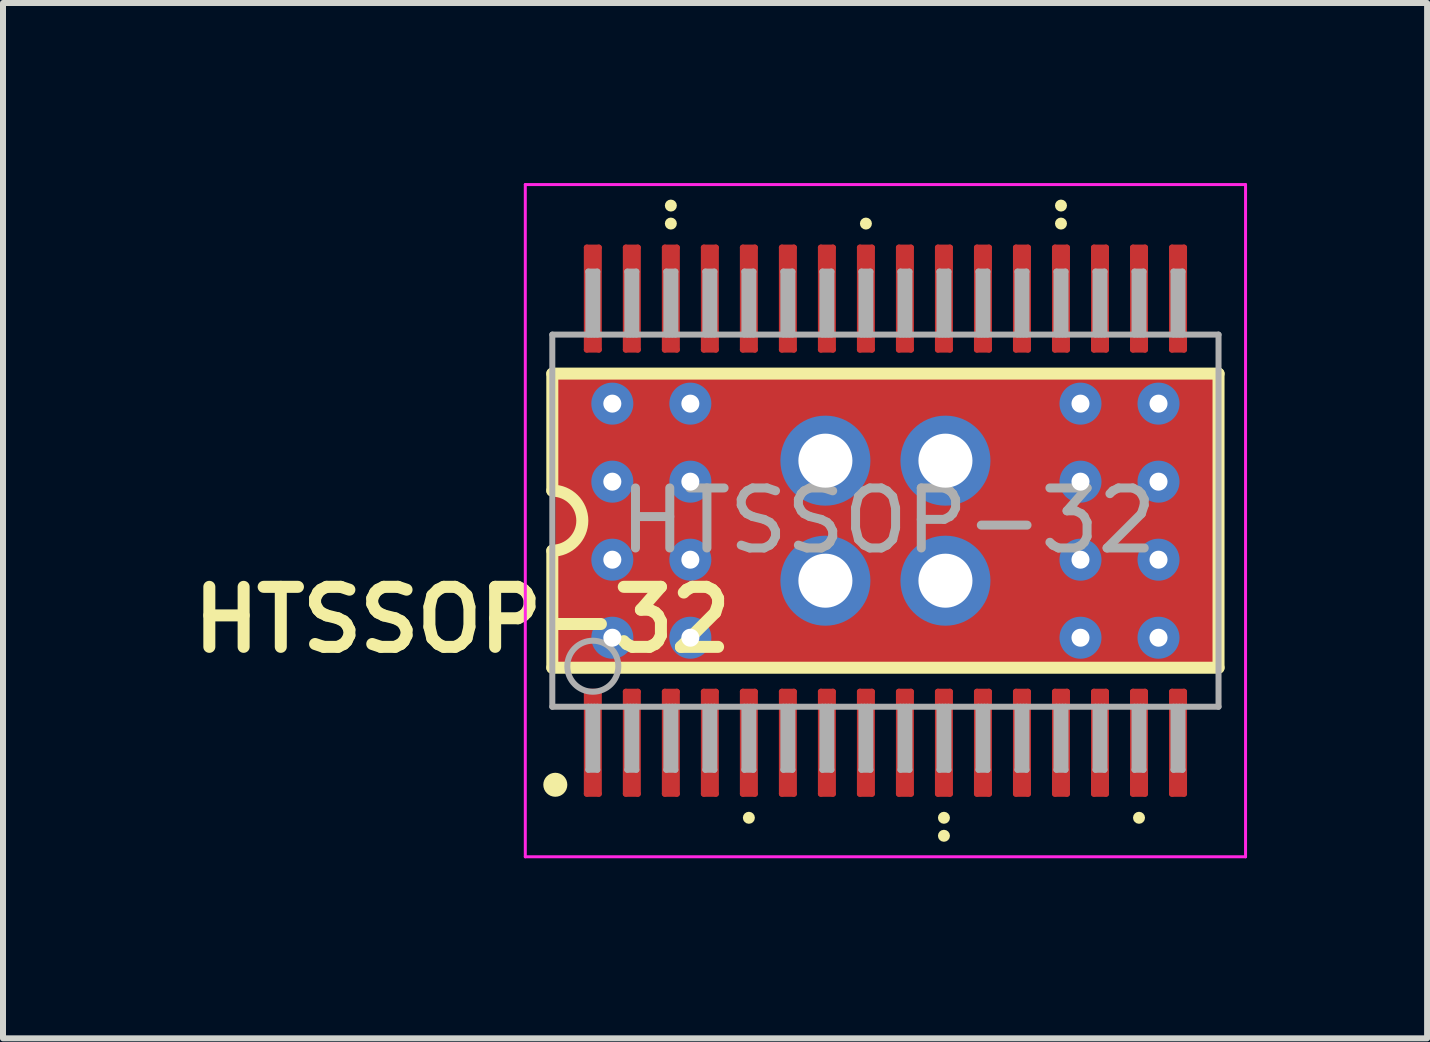
<source format=kicad_pcb>
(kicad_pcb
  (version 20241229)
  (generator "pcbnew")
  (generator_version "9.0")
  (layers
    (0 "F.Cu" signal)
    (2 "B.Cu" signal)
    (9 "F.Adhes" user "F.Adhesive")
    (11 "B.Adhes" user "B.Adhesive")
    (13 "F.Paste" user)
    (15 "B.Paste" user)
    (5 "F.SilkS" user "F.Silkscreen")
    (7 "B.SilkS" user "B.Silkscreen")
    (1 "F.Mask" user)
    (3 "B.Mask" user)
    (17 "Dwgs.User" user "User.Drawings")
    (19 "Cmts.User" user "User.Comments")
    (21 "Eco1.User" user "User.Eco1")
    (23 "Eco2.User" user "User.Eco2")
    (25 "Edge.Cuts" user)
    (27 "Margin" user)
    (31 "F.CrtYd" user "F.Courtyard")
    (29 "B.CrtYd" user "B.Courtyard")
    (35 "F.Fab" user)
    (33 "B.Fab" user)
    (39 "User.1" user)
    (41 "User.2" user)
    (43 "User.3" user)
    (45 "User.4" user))
  (footprint "HTSSOP-32"
    (layer "F.Cu")
    (at 11.702 5.625)
    (property "Reference" "HTSSOP-32" (at -7.05 1.65 0) (layer "F.SilkS") (effects (font (size 1 1) (thickness 0.2))))
    (attr through_hole)
    (fp_line (start -5.45 -2.45) (end -5.45 2.45) (stroke (width 0.1) (type solid)) (layer "F.Cu"))
    (fp_line (start -5.45 -2.45) (end 5.45 -2.45) (stroke (width 0.1) (type solid)) (layer "F.Cu"))
    (fp_line (start -5.45 2.45) (end 5.45 2.45) (stroke (width 0.1) (type solid)) (layer "F.Cu"))
    (fp_line (start -4.975 -4.55) (end -4.775 -4.55) (stroke (width 0.1) (type solid)) (layer "F.Cu"))
    (fp_line (start -4.975 -2.85) (end -4.975 -4.55) (stroke (width 0.1) (type solid)) (layer "F.Cu"))
    (fp_line (start -4.975 2.85) (end -4.775 2.85) (stroke (width 0.1) (type solid)) (layer "F.Cu"))
    (fp_line (start -4.975 4.55) (end -4.975 2.85) (stroke (width 0.1) (type solid)) (layer "F.Cu"))
    (fp_line (start -4.775 -4.55) (end -4.775 -2.85) (stroke (width 0.1) (type solid)) (layer "F.Cu"))
    (fp_line (start -4.775 -2.85) (end -4.975 -2.85) (stroke (width 0.1) (type solid)) (layer "F.Cu"))
    (fp_line (start -4.775 2.85) (end -4.775 4.55) (stroke (width 0.1) (type solid)) (layer "F.Cu"))
    (fp_line (start -4.775 4.55) (end -4.975 4.55) (stroke (width 0.1) (type solid)) (layer "F.Cu"))
    (fp_line (start -4.325 -4.55) (end -4.125 -4.55) (stroke (width 0.1) (type solid)) (layer "F.Cu"))
    (fp_line (start -4.325 -2.85) (end -4.325 -4.55) (stroke (width 0.1) (type solid)) (layer "F.Cu"))
    (fp_line (start -4.325 2.85) (end -4.125 2.85) (stroke (width 0.1) (type solid)) (layer "F.Cu"))
    (fp_line (start -4.325 4.55) (end -4.325 2.85) (stroke (width 0.1) (type solid)) (layer "F.Cu"))
    (fp_line (start -4.125 -4.55) (end -4.125 -2.85) (stroke (width 0.1) (type solid)) (layer "F.Cu"))
    (fp_line (start -4.125 -2.85) (end -4.325 -2.85) (stroke (width 0.1) (type solid)) (layer "F.Cu"))
    (fp_line (start -4.125 2.85) (end -4.125 4.55) (stroke (width 0.1) (type solid)) (layer "F.Cu"))
    (fp_line (start -4.125 4.55) (end -4.325 4.55) (stroke (width 0.1) (type solid)) (layer "F.Cu"))
    (fp_line (start -3.675 -4.55) (end -3.475 -4.55) (stroke (width 0.1) (type solid)) (layer "F.Cu"))
    (fp_line (start -3.675 -2.85) (end -3.675 -4.55) (stroke (width 0.1) (type solid)) (layer "F.Cu"))
    (fp_line (start -3.675 2.85) (end -3.475 2.85) (stroke (width 0.1) (type solid)) (layer "F.Cu"))
    (fp_line (start -3.675 4.55) (end -3.675 2.85) (stroke (width 0.1) (type solid)) (layer "F.Cu"))
    (fp_line (start -3.475 -4.55) (end -3.475 -2.85) (stroke (width 0.1) (type solid)) (layer "F.Cu"))
    (fp_line (start -3.475 -2.85) (end -3.675 -2.85) (stroke (width 0.1) (type solid)) (layer "F.Cu"))
    (fp_line (start -3.475 2.85) (end -3.475 4.55) (stroke (width 0.1) (type solid)) (layer "F.Cu"))
    (fp_line (start -3.475 4.55) (end -3.675 4.55) (stroke (width 0.1) (type solid)) (layer "F.Cu"))
    (fp_line (start -3.025 -4.55) (end -2.825 -4.55) (stroke (width 0.1) (type solid)) (layer "F.Cu"))
    (fp_line (start -3.025 -2.85) (end -3.025 -4.55) (stroke (width 0.1) (type solid)) (layer "F.Cu"))
    (fp_line (start -3.025 2.85) (end -2.825 2.85) (stroke (width 0.1) (type solid)) (layer "F.Cu"))
    (fp_line (start -3.025 4.55) (end -3.025 2.85) (stroke (width 0.1) (type solid)) (layer "F.Cu"))
    (fp_line (start -2.825 -4.55) (end -2.825 -2.85) (stroke (width 0.1) (type solid)) (layer "F.Cu"))
    (fp_line (start -2.825 -2.85) (end -3.025 -2.85) (stroke (width 0.1) (type solid)) (layer "F.Cu"))
    (fp_line (start -2.825 2.85) (end -2.825 4.55) (stroke (width 0.1) (type solid)) (layer "F.Cu"))
    (fp_line (start -2.825 4.55) (end -3.025 4.55) (stroke (width 0.1) (type solid)) (layer "F.Cu"))
    (fp_line (start -2.375 -4.55) (end -2.175 -4.55) (stroke (width 0.1) (type solid)) (layer "F.Cu"))
    (fp_line (start -2.375 -2.85) (end -2.375 -4.55) (stroke (width 0.1) (type solid)) (layer "F.Cu"))
    (fp_line (start -2.375 2.85) (end -2.175 2.85) (stroke (width 0.1) (type solid)) (layer "F.Cu"))
    (fp_line (start -2.375 4.55) (end -2.375 2.85) (stroke (width 0.1) (type solid)) (layer "F.Cu"))
    (fp_line (start -2.175 -4.55) (end -2.175 -2.85) (stroke (width 0.1) (type solid)) (layer "F.Cu"))
    (fp_line (start -2.175 -2.85) (end -2.375 -2.85) (stroke (width 0.1) (type solid)) (layer "F.Cu"))
    (fp_line (start -2.175 2.85) (end -2.175 4.55) (stroke (width 0.1) (type solid)) (layer "F.Cu"))
    (fp_line (start -2.175 4.55) (end -2.375 4.55) (stroke (width 0.1) (type solid)) (layer "F.Cu"))
    (fp_line (start -2 -2.1) (end 2 -2.1) (stroke (width 0.1) (type solid)) (layer "F.Cu"))
    (fp_line (start -2 2.1) (end -2 -2.1) (stroke (width 0.1) (type solid)) (layer "F.Cu"))
    (fp_line (start -1.725 -4.55) (end -1.525 -4.55) (stroke (width 0.1) (type solid)) (layer "F.Cu"))
    (fp_line (start -1.725 -2.85) (end -1.725 -4.55) (stroke (width 0.1) (type solid)) (layer "F.Cu"))
    (fp_line (start -1.725 2.85) (end -1.525 2.85) (stroke (width 0.1) (type solid)) (layer "F.Cu"))
    (fp_line (start -1.725 4.55) (end -1.725 2.85) (stroke (width 0.1) (type solid)) (layer "F.Cu"))
    (fp_line (start -1.525 -4.55) (end -1.525 -2.85) (stroke (width 0.1) (type solid)) (layer "F.Cu"))
    (fp_line (start -1.525 -2.85) (end -1.725 -2.85) (stroke (width 0.1) (type solid)) (layer "F.Cu"))
    (fp_line (start -1.525 2.85) (end -1.525 4.55) (stroke (width 0.1) (type solid)) (layer "F.Cu"))
    (fp_line (start -1.525 4.55) (end -1.725 4.55) (stroke (width 0.1) (type solid)) (layer "F.Cu"))
    (fp_line (start -1.075 -4.55) (end -0.875 -4.55) (stroke (width 0.1) (type solid)) (layer "F.Cu"))
    (fp_line (start -1.075 -2.85) (end -1.075 -4.55) (stroke (width 0.1) (type solid)) (layer "F.Cu"))
    (fp_line (start -1.075 2.85) (end -0.875 2.85) (stroke (width 0.1) (type solid)) (layer "F.Cu"))
    (fp_line (start -1.075 4.55) (end -1.075 2.85) (stroke (width 0.1) (type solid)) (layer "F.Cu"))
    (fp_line (start -0.875 -4.55) (end -0.875 -2.85) (stroke (width 0.1) (type solid)) (layer "F.Cu"))
    (fp_line (start -0.875 -2.85) (end -1.075 -2.85) (stroke (width 0.1) (type solid)) (layer "F.Cu"))
    (fp_line (start -0.875 2.85) (end -0.875 4.55) (stroke (width 0.1) (type solid)) (layer "F.Cu"))
    (fp_line (start -0.875 4.55) (end -1.075 4.55) (stroke (width 0.1) (type solid)) (layer "F.Cu"))
    (fp_line (start -0.425 -4.55) (end -0.225 -4.55) (stroke (width 0.1) (type solid)) (layer "F.Cu"))
    (fp_line (start -0.425 -2.85) (end -0.425 -4.55) (stroke (width 0.1) (type solid)) (layer "F.Cu"))
    (fp_line (start -0.425 2.85) (end -0.225 2.85) (stroke (width 0.1) (type solid)) (layer "F.Cu"))
    (fp_line (start -0.425 4.55) (end -0.425 2.85) (stroke (width 0.1) (type solid)) (layer "F.Cu"))
    (fp_line (start -0.225 -4.55) (end -0.225 -2.85) (stroke (width 0.1) (type solid)) (layer "F.Cu"))
    (fp_line (start -0.225 -2.85) (end -0.425 -2.85) (stroke (width 0.1) (type solid)) (layer "F.Cu"))
    (fp_line (start -0.225 2.85) (end -0.225 4.55) (stroke (width 0.1) (type solid)) (layer "F.Cu"))
    (fp_line (start -0.225 4.55) (end -0.425 4.55) (stroke (width 0.1) (type solid)) (layer "F.Cu"))
    (fp_line (start 0.225 -4.55) (end 0.425 -4.55) (stroke (width 0.1) (type solid)) (layer "F.Cu"))
    (fp_line (start 0.225 -2.85) (end 0.225 -4.55) (stroke (width 0.1) (type solid)) (layer "F.Cu"))
    (fp_line (start 0.225 2.85) (end 0.425 2.85) (stroke (width 0.1) (type solid)) (layer "F.Cu"))
    (fp_line (start 0.225 4.55) (end 0.225 2.85) (stroke (width 0.1) (type solid)) (layer "F.Cu"))
    (fp_line (start 0.425 -4.55) (end 0.425 -2.85) (stroke (width 0.1) (type solid)) (layer "F.Cu"))
    (fp_line (start 0.425 -2.85) (end 0.225 -2.85) (stroke (width 0.1) (type solid)) (layer "F.Cu"))
    (fp_line (start 0.425 2.85) (end 0.425 4.55) (stroke (width 0.1) (type solid)) (layer "F.Cu"))
    (fp_line (start 0.425 4.55) (end 0.225 4.55) (stroke (width 0.1) (type solid)) (layer "F.Cu"))
    (fp_line (start 0.875 -4.55) (end 1.075 -4.55) (stroke (width 0.1) (type solid)) (layer "F.Cu"))
    (fp_line (start 0.875 -2.85) (end 0.875 -4.55) (stroke (width 0.1) (type solid)) (layer "F.Cu"))
    (fp_line (start 0.875 2.85) (end 1.075 2.85) (stroke (width 0.1) (type solid)) (layer "F.Cu"))
    (fp_line (start 0.875 4.55) (end 0.875 2.85) (stroke (width 0.1) (type solid)) (layer "F.Cu"))
    (fp_line (start 1.075 -4.55) (end 1.075 -2.85) (stroke (width 0.1) (type solid)) (layer "F.Cu"))
    (fp_line (start 1.075 -2.85) (end 0.875 -2.85) (stroke (width 0.1) (type solid)) (layer "F.Cu"))
    (fp_line (start 1.075 2.85) (end 1.075 4.55) (stroke (width 0.1) (type solid)) (layer "F.Cu"))
    (fp_line (start 1.075 4.55) (end 0.875 4.55) (stroke (width 0.1) (type solid)) (layer "F.Cu"))
    (fp_line (start 1.525 -4.55) (end 1.725 -4.55) (stroke (width 0.1) (type solid)) (layer "F.Cu"))
    (fp_line (start 1.525 -2.85) (end 1.525 -4.55) (stroke (width 0.1) (type solid)) (layer "F.Cu"))
    (fp_line (start 1.525 2.85) (end 1.725 2.85) (stroke (width 0.1) (type solid)) (layer "F.Cu"))
    (fp_line (start 1.525 4.55) (end 1.525 2.85) (stroke (width 0.1) (type solid)) (layer "F.Cu"))
    (fp_line (start 1.725 -4.55) (end 1.725 -2.85) (stroke (width 0.1) (type solid)) (layer "F.Cu"))
    (fp_line (start 1.725 -2.85) (end 1.525 -2.85) (stroke (width 0.1) (type solid)) (layer "F.Cu"))
    (fp_line (start 1.725 2.85) (end 1.725 4.55) (stroke (width 0.1) (type solid)) (layer "F.Cu"))
    (fp_line (start 1.725 4.55) (end 1.525 4.55) (stroke (width 0.1) (type solid)) (layer "F.Cu"))
    (fp_line (start 2 -2.1) (end 2 2.1) (stroke (width 0.1) (type solid)) (layer "F.Cu"))
    (fp_line (start 2 2.1) (end -2 2.1) (stroke (width 0.1) (type solid)) (layer "F.Cu"))
    (fp_line (start 2.175 -4.55) (end 2.375 -4.55) (stroke (width 0.1) (type solid)) (layer "F.Cu"))
    (fp_line (start 2.175 -2.85) (end 2.175 -4.55) (stroke (width 0.1) (type solid)) (layer "F.Cu"))
    (fp_line (start 2.175 2.85) (end 2.375 2.85) (stroke (width 0.1) (type solid)) (layer "F.Cu"))
    (fp_line (start 2.175 4.55) (end 2.175 2.85) (stroke (width 0.1) (type solid)) (layer "F.Cu"))
    (fp_line (start 2.375 -4.55) (end 2.375 -2.85) (stroke (width 0.1) (type solid)) (layer "F.Cu"))
    (fp_line (start 2.375 -2.85) (end 2.175 -2.85) (stroke (width 0.1) (type solid)) (layer "F.Cu"))
    (fp_line (start 2.375 2.85) (end 2.375 4.55) (stroke (width 0.1) (type solid)) (layer "F.Cu"))
    (fp_line (start 2.375 4.55) (end 2.175 4.55) (stroke (width 0.1) (type solid)) (layer "F.Cu"))
    (fp_line (start 2.825 -4.55) (end 3.025 -4.55) (stroke (width 0.1) (type solid)) (layer "F.Cu"))
    (fp_line (start 2.825 -2.85) (end 2.825 -4.55) (stroke (width 0.1) (type solid)) (layer "F.Cu"))
    (fp_line (start 2.825 2.85) (end 3.025 2.85) (stroke (width 0.1) (type solid)) (layer "F.Cu"))
    (fp_line (start 2.825 4.55) (end 2.825 2.85) (stroke (width 0.1) (type solid)) (layer "F.Cu"))
    (fp_line (start 3.025 -4.55) (end 3.025 -2.85) (stroke (width 0.1) (type solid)) (layer "F.Cu"))
    (fp_line (start 3.025 -2.85) (end 2.825 -2.85) (stroke (width 0.1) (type solid)) (layer "F.Cu"))
    (fp_line (start 3.025 2.85) (end 3.025 4.55) (stroke (width 0.1) (type solid)) (layer "F.Cu"))
    (fp_line (start 3.025 4.55) (end 2.825 4.55) (stroke (width 0.1) (type solid)) (layer "F.Cu"))
    (fp_line (start 3.475 -4.55) (end 3.675 -4.55) (stroke (width 0.1) (type solid)) (layer "F.Cu"))
    (fp_line (start 3.475 -2.85) (end 3.475 -4.55) (stroke (width 0.1) (type solid)) (layer "F.Cu"))
    (fp_line (start 3.475 2.85) (end 3.675 2.85) (stroke (width 0.1) (type solid)) (layer "F.Cu"))
    (fp_line (start 3.475 4.55) (end 3.475 2.85) (stroke (width 0.1) (type solid)) (layer "F.Cu"))
    (fp_line (start 3.675 -4.55) (end 3.675 -2.85) (stroke (width 0.1) (type solid)) (layer "F.Cu"))
    (fp_line (start 3.675 -2.85) (end 3.475 -2.85) (stroke (width 0.1) (type solid)) (layer "F.Cu"))
    (fp_line (start 3.675 2.85) (end 3.675 4.55) (stroke (width 0.1) (type solid)) (layer "F.Cu"))
    (fp_line (start 3.675 4.55) (end 3.475 4.55) (stroke (width 0.1) (type solid)) (layer "F.Cu"))
    (fp_line (start 4.125 -4.55) (end 4.325 -4.55) (stroke (width 0.1) (type solid)) (layer "F.Cu"))
    (fp_line (start 4.125 -2.85) (end 4.125 -4.55) (stroke (width 0.1) (type solid)) (layer "F.Cu"))
    (fp_line (start 4.125 2.85) (end 4.325 2.85) (stroke (width 0.1) (type solid)) (layer "F.Cu"))
    (fp_line (start 4.125 4.55) (end 4.125 2.85) (stroke (width 0.1) (type solid)) (layer "F.Cu"))
    (fp_line (start 4.325 -4.55) (end 4.325 -2.85) (stroke (width 0.1) (type solid)) (layer "F.Cu"))
    (fp_line (start 4.325 -2.85) (end 4.125 -2.85) (stroke (width 0.1) (type solid)) (layer "F.Cu"))
    (fp_line (start 4.325 2.85) (end 4.325 4.55) (stroke (width 0.1) (type solid)) (layer "F.Cu"))
    (fp_line (start 4.325 4.55) (end 4.125 4.55) (stroke (width 0.1) (type solid)) (layer "F.Cu"))
    (fp_line (start 4.775 -4.55) (end 4.975 -4.55) (stroke (width 0.1) (type solid)) (layer "F.Cu"))
    (fp_line (start 4.775 -2.85) (end 4.775 -4.55) (stroke (width 0.1) (type solid)) (layer "F.Cu"))
    (fp_line (start 4.775 2.85) (end 4.975 2.85) (stroke (width 0.1) (type solid)) (layer "F.Cu"))
    (fp_line (start 4.775 4.55) (end 4.775 2.85) (stroke (width 0.1) (type solid)) (layer "F.Cu"))
    (fp_line (start 4.975 -4.55) (end 4.975 -2.85) (stroke (width 0.1) (type solid)) (layer "F.Cu"))
    (fp_line (start 4.975 -2.85) (end 4.775 -2.85) (stroke (width 0.1) (type solid)) (layer "F.Cu"))
    (fp_line (start 4.975 2.85) (end 4.975 4.55) (stroke (width 0.1) (type solid)) (layer "F.Cu"))
    (fp_line (start 4.975 4.55) (end 4.775 4.55) (stroke (width 0.1) (type solid)) (layer "F.Cu"))
    (fp_line (start 5.45 2.45) (end 5.45 -2.45) (stroke (width 0.1) (type solid)) (layer "F.Cu"))
    (fp_line (start -5.025 -2.8) (end -5.025 -4.6) (stroke (width 0.2) (type solid)) (layer "F.Mask"))
    (fp_line (start -5.025 4.6) (end -5.025 2.8) (stroke (width 0.2) (type solid)) (layer "F.Mask"))
    (fp_line (start -4.725 -4.6) (end -5.025 -4.6) (stroke (width 0.2) (type solid)) (layer "F.Mask"))
    (fp_line (start -4.725 -4.6) (end -4.725 -2.8) (stroke (width 0.2) (type solid)) (layer "F.Mask"))
    (fp_line (start -4.725 -2.8) (end -5.025 -2.8) (stroke (width 0.2) (type solid)) (layer "F.Mask"))
    (fp_line (start -4.725 2.8) (end -5.025 2.8) (stroke (width 0.2) (type solid)) (layer "F.Mask"))
    (fp_line (start -4.725 2.8) (end -4.725 4.6) (stroke (width 0.2) (type solid)) (layer "F.Mask"))
    (fp_line (start -4.725 4.6) (end -5.025 4.6) (stroke (width 0.2) (type solid)) (layer "F.Mask"))
    (fp_line (start -4.375 -2.8) (end -4.375 -4.6) (stroke (width 0.2) (type solid)) (layer "F.Mask"))
    (fp_line (start -4.375 4.6) (end -4.375 2.8) (stroke (width 0.2) (type solid)) (layer "F.Mask"))
    (fp_line (start -4.075 -4.6) (end -4.375 -4.6) (stroke (width 0.2) (type solid)) (layer "F.Mask"))
    (fp_line (start -4.075 -4.6) (end -4.075 -2.8) (stroke (width 0.2) (type solid)) (layer "F.Mask"))
    (fp_line (start -4.075 -2.8) (end -4.375 -2.8) (stroke (width 0.2) (type solid)) (layer "F.Mask"))
    (fp_line (start -4.075 2.8) (end -4.375 2.8) (stroke (width 0.2) (type solid)) (layer "F.Mask"))
    (fp_line (start -4.075 2.8) (end -4.075 4.6) (stroke (width 0.2) (type solid)) (layer "F.Mask"))
    (fp_line (start -4.075 4.6) (end -4.375 4.6) (stroke (width 0.2) (type solid)) (layer "F.Mask"))
    (fp_line (start -3.725 -2.8) (end -3.725 -4.6) (stroke (width 0.2) (type solid)) (layer "F.Mask"))
    (fp_line (start -3.725 4.6) (end -3.725 2.8) (stroke (width 0.2) (type solid)) (layer "F.Mask"))
    (fp_line (start -3.425 -4.6) (end -3.725 -4.6) (stroke (width 0.2) (type solid)) (layer "F.Mask"))
    (fp_line (start -3.425 -4.6) (end -3.425 -2.8) (stroke (width 0.2) (type solid)) (layer "F.Mask"))
    (fp_line (start -3.425 -2.8) (end -3.725 -2.8) (stroke (width 0.2) (type solid)) (layer "F.Mask"))
    (fp_line (start -3.425 2.8) (end -3.725 2.8) (stroke (width 0.2) (type solid)) (layer "F.Mask"))
    (fp_line (start -3.425 2.8) (end -3.425 4.6) (stroke (width 0.2) (type solid)) (layer "F.Mask"))
    (fp_line (start -3.425 4.6) (end -3.725 4.6) (stroke (width 0.2) (type solid)) (layer "F.Mask"))
    (fp_line (start -3.075 -2.8) (end -3.075 -4.6) (stroke (width 0.2) (type solid)) (layer "F.Mask"))
    (fp_line (start -3.075 4.6) (end -3.075 2.8) (stroke (width 0.2) (type solid)) (layer "F.Mask"))
    (fp_line (start -2.775 -4.6) (end -3.075 -4.6) (stroke (width 0.2) (type solid)) (layer "F.Mask"))
    (fp_line (start -2.775 -4.6) (end -2.775 -2.8) (stroke (width 0.2) (type solid)) (layer "F.Mask"))
    (fp_line (start -2.775 -2.8) (end -3.075 -2.8) (stroke (width 0.2) (type solid)) (layer "F.Mask"))
    (fp_line (start -2.775 2.8) (end -3.075 2.8) (stroke (width 0.2) (type solid)) (layer "F.Mask"))
    (fp_line (start -2.775 2.8) (end -2.775 4.6) (stroke (width 0.2) (type solid)) (layer "F.Mask"))
    (fp_line (start -2.775 4.6) (end -3.075 4.6) (stroke (width 0.2) (type solid)) (layer "F.Mask"))
    (fp_line (start -2.425 -2.8) (end -2.425 -4.6) (stroke (width 0.2) (type solid)) (layer "F.Mask"))
    (fp_line (start -2.425 4.6) (end -2.425 2.8) (stroke (width 0.2) (type solid)) (layer "F.Mask"))
    (fp_line (start -2.125 -4.6) (end -2.425 -4.6) (stroke (width 0.2) (type solid)) (layer "F.Mask"))
    (fp_line (start -2.125 -4.6) (end -2.125 -2.8) (stroke (width 0.2) (type solid)) (layer "F.Mask"))
    (fp_line (start -2.125 -2.8) (end -2.425 -2.8) (stroke (width 0.2) (type solid)) (layer "F.Mask"))
    (fp_line (start -2.125 2.8) (end -2.425 2.8) (stroke (width 0.2) (type solid)) (layer "F.Mask"))
    (fp_line (start -2.125 2.8) (end -2.125 4.6) (stroke (width 0.2) (type solid)) (layer "F.Mask"))
    (fp_line (start -2.125 4.6) (end -2.425 4.6) (stroke (width 0.2) (type solid)) (layer "F.Mask"))
    (fp_line (start -2 -2.1) (end 2 -2.1) (stroke (width 0.3) (type solid)) (layer "F.Mask"))
    (fp_line (start -2 2.1) (end -2 -2.1) (stroke (width 0.3) (type solid)) (layer "F.Mask"))
    (fp_line (start -1.775 -2.8) (end -1.775 -4.6) (stroke (width 0.2) (type solid)) (layer "F.Mask"))
    (fp_line (start -1.775 4.6) (end -1.775 2.8) (stroke (width 0.2) (type solid)) (layer "F.Mask"))
    (fp_line (start -1.475 -4.6) (end -1.775 -4.6) (stroke (width 0.2) (type solid)) (layer "F.Mask"))
    (fp_line (start -1.475 -4.6) (end -1.475 -2.8) (stroke (width 0.2) (type solid)) (layer "F.Mask"))
    (fp_line (start -1.475 -2.8) (end -1.775 -2.8) (stroke (width 0.2) (type solid)) (layer "F.Mask"))
    (fp_line (start -1.475 2.8) (end -1.775 2.8) (stroke (width 0.2) (type solid)) (layer "F.Mask"))
    (fp_line (start -1.475 2.8) (end -1.475 4.6) (stroke (width 0.2) (type solid)) (layer "F.Mask"))
    (fp_line (start -1.475 4.6) (end -1.775 4.6) (stroke (width 0.2) (type solid)) (layer "F.Mask"))
    (fp_line (start -1.125 -2.8) (end -1.125 -4.6) (stroke (width 0.2) (type solid)) (layer "F.Mask"))
    (fp_line (start -1.125 4.6) (end -1.125 2.8) (stroke (width 0.2) (type solid)) (layer "F.Mask"))
    (fp_line (start -0.825 -4.6) (end -1.125 -4.6) (stroke (width 0.2) (type solid)) (layer "F.Mask"))
    (fp_line (start -0.825 -4.6) (end -0.825 -2.8) (stroke (width 0.2) (type solid)) (layer "F.Mask"))
    (fp_line (start -0.825 -2.8) (end -1.125 -2.8) (stroke (width 0.2) (type solid)) (layer "F.Mask"))
    (fp_line (start -0.825 2.8) (end -1.125 2.8) (stroke (width 0.2) (type solid)) (layer "F.Mask"))
    (fp_line (start -0.825 2.8) (end -0.825 4.6) (stroke (width 0.2) (type solid)) (layer "F.Mask"))
    (fp_line (start -0.825 4.6) (end -1.125 4.6) (stroke (width 0.2) (type solid)) (layer "F.Mask"))
    (fp_line (start -0.475 -2.8) (end -0.475 -4.6) (stroke (width 0.2) (type solid)) (layer "F.Mask"))
    (fp_line (start -0.475 4.6) (end -0.475 2.8) (stroke (width 0.2) (type solid)) (layer "F.Mask"))
    (fp_line (start -0.175 -4.6) (end -0.475 -4.6) (stroke (width 0.2) (type solid)) (layer "F.Mask"))
    (fp_line (start -0.175 -4.6) (end -0.175 -2.8) (stroke (width 0.2) (type solid)) (layer "F.Mask"))
    (fp_line (start -0.175 -2.8) (end -0.475 -2.8) (stroke (width 0.2) (type solid)) (layer "F.Mask"))
    (fp_line (start -0.175 2.8) (end -0.475 2.8) (stroke (width 0.2) (type solid)) (layer "F.Mask"))
    (fp_line (start -0.175 2.8) (end -0.175 4.6) (stroke (width 0.2) (type solid)) (layer "F.Mask"))
    (fp_line (start -0.175 4.6) (end -0.475 4.6) (stroke (width 0.2) (type solid)) (layer "F.Mask"))
    (fp_line (start 0.175 -2.8) (end 0.175 -4.6) (stroke (width 0.2) (type solid)) (layer "F.Mask"))
    (fp_line (start 0.175 4.6) (end 0.175 2.8) (stroke (width 0.2) (type solid)) (layer "F.Mask"))
    (fp_line (start 0.475 -4.6) (end 0.175 -4.6) (stroke (width 0.2) (type solid)) (layer "F.Mask"))
    (fp_line (start 0.475 -4.6) (end 0.475 -2.8) (stroke (width 0.2) (type solid)) (layer "F.Mask"))
    (fp_line (start 0.475 -2.8) (end 0.175 -2.8) (stroke (width 0.2) (type solid)) (layer "F.Mask"))
    (fp_line (start 0.475 2.8) (end 0.175 2.8) (stroke (width 0.2) (type solid)) (layer "F.Mask"))
    (fp_line (start 0.475 2.8) (end 0.475 4.6) (stroke (width 0.2) (type solid)) (layer "F.Mask"))
    (fp_line (start 0.475 4.6) (end 0.175 4.6) (stroke (width 0.2) (type solid)) (layer "F.Mask"))
    (fp_line (start 0.825 -2.8) (end 0.825 -4.6) (stroke (width 0.2) (type solid)) (layer "F.Mask"))
    (fp_line (start 0.825 4.6) (end 0.825 2.8) (stroke (width 0.2) (type solid)) (layer "F.Mask"))
    (fp_line (start 1.125 -4.6) (end 0.825 -4.6) (stroke (width 0.2) (type solid)) (layer "F.Mask"))
    (fp_line (start 1.125 -4.6) (end 1.125 -2.8) (stroke (width 0.2) (type solid)) (layer "F.Mask"))
    (fp_line (start 1.125 -2.8) (end 0.825 -2.8) (stroke (width 0.2) (type solid)) (layer "F.Mask"))
    (fp_line (start 1.125 2.8) (end 0.825 2.8) (stroke (width 0.2) (type solid)) (layer "F.Mask"))
    (fp_line (start 1.125 2.8) (end 1.125 4.6) (stroke (width 0.2) (type solid)) (layer "F.Mask"))
    (fp_line (start 1.125 4.6) (end 0.825 4.6) (stroke (width 0.2) (type solid)) (layer "F.Mask"))
    (fp_line (start 1.475 -2.8) (end 1.475 -4.6) (stroke (width 0.2) (type solid)) (layer "F.Mask"))
    (fp_line (start 1.475 4.6) (end 1.475 2.8) (stroke (width 0.2) (type solid)) (layer "F.Mask"))
    (fp_line (start 1.775 -4.6) (end 1.475 -4.6) (stroke (width 0.2) (type solid)) (layer "F.Mask"))
    (fp_line (start 1.775 -4.6) (end 1.775 -2.8) (stroke (width 0.2) (type solid)) (layer "F.Mask"))
    (fp_line (start 1.775 -2.8) (end 1.475 -2.8) (stroke (width 0.2) (type solid)) (layer "F.Mask"))
    (fp_line (start 1.775 2.8) (end 1.475 2.8) (stroke (width 0.2) (type solid)) (layer "F.Mask"))
    (fp_line (start 1.775 2.8) (end 1.775 4.6) (stroke (width 0.2) (type solid)) (layer "F.Mask"))
    (fp_line (start 1.775 4.6) (end 1.475 4.6) (stroke (width 0.2) (type solid)) (layer "F.Mask"))
    (fp_line (start 2 -2.1) (end 2 2.1) (stroke (width 0.3) (type solid)) (layer "F.Mask"))
    (fp_line (start 2 2.1) (end -2 2.1) (stroke (width 0.3) (type solid)) (layer "F.Mask"))
    (fp_line (start 2.125 -2.8) (end 2.125 -4.6) (stroke (width 0.2) (type solid)) (layer "F.Mask"))
    (fp_line (start 2.125 4.6) (end 2.125 2.8) (stroke (width 0.2) (type solid)) (layer "F.Mask"))
    (fp_line (start 2.425 -4.6) (end 2.125 -4.6) (stroke (width 0.2) (type solid)) (layer "F.Mask"))
    (fp_line (start 2.425 -4.6) (end 2.425 -2.8) (stroke (width 0.2) (type solid)) (layer "F.Mask"))
    (fp_line (start 2.425 -2.8) (end 2.125 -2.8) (stroke (width 0.2) (type solid)) (layer "F.Mask"))
    (fp_line (start 2.425 2.8) (end 2.125 2.8) (stroke (width 0.2) (type solid)) (layer "F.Mask"))
    (fp_line (start 2.425 2.8) (end 2.425 4.6) (stroke (width 0.2) (type solid)) (layer "F.Mask"))
    (fp_line (start 2.425 4.6) (end 2.125 4.6) (stroke (width 0.2) (type solid)) (layer "F.Mask"))
    (fp_line (start 2.775 -2.8) (end 2.775 -4.6) (stroke (width 0.2) (type solid)) (layer "F.Mask"))
    (fp_line (start 2.775 4.6) (end 2.775 2.8) (stroke (width 0.2) (type solid)) (layer "F.Mask"))
    (fp_line (start 3.075 -4.6) (end 2.775 -4.6) (stroke (width 0.2) (type solid)) (layer "F.Mask"))
    (fp_line (start 3.075 -4.6) (end 3.075 -2.8) (stroke (width 0.2) (type solid)) (layer "F.Mask"))
    (fp_line (start 3.075 -2.8) (end 2.775 -2.8) (stroke (width 0.2) (type solid)) (layer "F.Mask"))
    (fp_line (start 3.075 2.8) (end 2.775 2.8) (stroke (width 0.2) (type solid)) (layer "F.Mask"))
    (fp_line (start 3.075 2.8) (end 3.075 4.6) (stroke (width 0.2) (type solid)) (layer "F.Mask"))
    (fp_line (start 3.075 4.6) (end 2.775 4.6) (stroke (width 0.2) (type solid)) (layer "F.Mask"))
    (fp_line (start 3.425 -2.8) (end 3.425 -4.6) (stroke (width 0.2) (type solid)) (layer "F.Mask"))
    (fp_line (start 3.425 4.6) (end 3.425 2.8) (stroke (width 0.2) (type solid)) (layer "F.Mask"))
    (fp_line (start 3.725 -4.6) (end 3.425 -4.6) (stroke (width 0.2) (type solid)) (layer "F.Mask"))
    (fp_line (start 3.725 -4.6) (end 3.725 -2.8) (stroke (width 0.2) (type solid)) (layer "F.Mask"))
    (fp_line (start 3.725 -2.8) (end 3.425 -2.8) (stroke (width 0.2) (type solid)) (layer "F.Mask"))
    (fp_line (start 3.725 2.8) (end 3.425 2.8) (stroke (width 0.2) (type solid)) (layer "F.Mask"))
    (fp_line (start 3.725 2.8) (end 3.725 4.6) (stroke (width 0.2) (type solid)) (layer "F.Mask"))
    (fp_line (start 3.725 4.6) (end 3.425 4.6) (stroke (width 0.2) (type solid)) (layer "F.Mask"))
    (fp_line (start 4.075 -2.8) (end 4.075 -4.6) (stroke (width 0.2) (type solid)) (layer "F.Mask"))
    (fp_line (start 4.075 4.6) (end 4.075 2.8) (stroke (width 0.2) (type solid)) (layer "F.Mask"))
    (fp_line (start 4.375 -4.6) (end 4.075 -4.6) (stroke (width 0.2) (type solid)) (layer "F.Mask"))
    (fp_line (start 4.375 -4.6) (end 4.375 -2.8) (stroke (width 0.2) (type solid)) (layer "F.Mask"))
    (fp_line (start 4.375 -2.8) (end 4.075 -2.8) (stroke (width 0.2) (type solid)) (layer "F.Mask"))
    (fp_line (start 4.375 2.8) (end 4.075 2.8) (stroke (width 0.2) (type solid)) (layer "F.Mask"))
    (fp_line (start 4.375 2.8) (end 4.375 4.6) (stroke (width 0.2) (type solid)) (layer "F.Mask"))
    (fp_line (start 4.375 4.6) (end 4.075 4.6) (stroke (width 0.2) (type solid)) (layer "F.Mask"))
    (fp_line (start 4.725 -2.8) (end 4.725 -4.6) (stroke (width 0.2) (type solid)) (layer "F.Mask"))
    (fp_line (start 4.725 4.6) (end 4.725 2.8) (stroke (width 0.2) (type solid)) (layer "F.Mask"))
    (fp_line (start 5.025 -4.6) (end 4.725 -4.6) (stroke (width 0.2) (type solid)) (layer "F.Mask"))
    (fp_line (start 5.025 -4.6) (end 5.025 -2.8) (stroke (width 0.2) (type solid)) (layer "F.Mask"))
    (fp_line (start 5.025 -2.8) (end 4.725 -2.8) (stroke (width 0.2) (type solid)) (layer "F.Mask"))
    (fp_line (start 5.025 2.8) (end 4.725 2.8) (stroke (width 0.2) (type solid)) (layer "F.Mask"))
    (fp_line (start 5.025 2.8) (end 5.025 4.6) (stroke (width 0.2) (type solid)) (layer "F.Mask"))
    (fp_line (start 5.025 4.6) (end 4.725 4.6) (stroke (width 0.2) (type solid)) (layer "F.Mask"))
    (fp_line (start -1.7 -1) (end -1.7 1) (stroke (width 0.3) (type solid)) (layer "B.Mask"))
    (fp_line (start -1.65 0.3) (end 1.6 0.3) (stroke (width 0.3) (type solid)) (layer "B.Mask"))
    (fp_line (start -1.6 -1) (end 1.6 -1) (stroke (width 0.3) (type solid)) (layer "B.Mask"))
    (fp_line (start -1.6 -0.6) (end 1.6 -0.6) (stroke (width 0.3) (type solid)) (layer "B.Mask"))
    (fp_line (start -1.6 -0.45) (end -1.6 -0.3) (stroke (width 0.3) (type solid)) (layer "B.Mask"))
    (fp_line (start -1.6 -0.3) (end 1.6 -0.3) (stroke (width 0.3) (type solid)) (layer "B.Mask"))
    (fp_line (start -1.6 -0.15) (end -1.6 0) (stroke (width 0.3) (type solid)) (layer "B.Mask"))
    (fp_line (start -1.6 0) (end 1.6 0) (stroke (width 0.3) (type solid)) (layer "B.Mask"))
    (fp_line (start -1.6 0.15) (end -1.65 0.3) (stroke (width 0.3) (type solid)) (layer "B.Mask"))
    (fp_line (start -1.6 0.45) (end -1.55 0.6) (stroke (width 0.3) (type solid)) (layer "B.Mask"))
    (fp_line (start -1.6 0.75) (end -1.6 0.9) (stroke (width 0.3) (type solid)) (layer "B.Mask"))
    (fp_line (start -1.6 0.9) (end 1.6 0.9) (stroke (width 0.3) (type solid)) (layer "B.Mask"))
    (fp_line (start -1.6 1) (end -1.6 -1) (stroke (width 0.3) (type solid)) (layer "B.Mask"))
    (fp_line (start -1.6 1) (end -1 1) (stroke (width 0.3) (type solid)) (layer "B.Mask"))
    (fp_line (start -1.55 -0.85) (end 1.6 -0.85) (stroke (width 0.3) (type solid)) (layer "B.Mask"))
    (fp_line (start -1.55 0.6) (end 1.6 0.6) (stroke (width 0.3) (type solid)) (layer "B.Mask"))
    (fp_line (start -1 -1.6) (end 1 -1.6) (stroke (width 0.3) (type solid)) (layer "B.Mask"))
    (fp_line (start -1 -1.35) (end 1 -1.35) (stroke (width 0.3) (type solid)) (layer "B.Mask"))
    (fp_line (start -1 -1.1) (end 0.95 -1.1) (stroke (width 0.3) (type solid)) (layer "B.Mask"))
    (fp_line (start -1 1) (end -1 1.15) (stroke (width 0.3) (type solid)) (layer "B.Mask"))
    (fp_line (start -1 1.15) (end 1 1.15) (stroke (width 0.3) (type solid)) (layer "B.Mask"))
    (fp_line (start -1 1.3) (end -1 1.4) (stroke (width 0.3) (type solid)) (layer "B.Mask"))
    (fp_line (start -1 1.4) (end 1 1.4) (stroke (width 0.3) (type solid)) (layer "B.Mask"))
    (fp_line (start -1 1.6) (end -1.6 1) (stroke (width 0.3) (type solid)) (layer "B.Mask"))
    (fp_line (start -1 1.7) (end 1 1.7) (stroke (width 0.3) (type solid)) (layer "B.Mask"))
    (fp_line (start 1 -1.7) (end -1 -1.7) (stroke (width 0.3) (type solid)) (layer "B.Mask"))
    (fp_line (start 1 1.15) (end 1 1.3) (stroke (width 0.3) (type solid)) (layer "B.Mask"))
    (fp_line (start 1 1.3) (end -1 1.3) (stroke (width 0.3) (type solid)) (layer "B.Mask"))
    (fp_line (start 1 1.6) (end -1 1.6) (stroke (width 0.3) (type solid)) (layer "B.Mask"))
    (fp_line (start 1.6 -1) (end 1.6 1) (stroke (width 0.3) (type solid)) (layer "B.Mask"))
    (fp_line (start 1.6 -0.6) (end 1.6 -0.45) (stroke (width 0.3) (type solid)) (layer "B.Mask"))
    (fp_line (start 1.6 -0.45) (end -1.6 -0.45) (stroke (width 0.3) (type solid)) (layer "B.Mask"))
    (fp_line (start 1.6 -0.3) (end 1.6 -0.15) (stroke (width 0.3) (type solid)) (layer "B.Mask"))
    (fp_line (start 1.6 -0.15) (end -1.6 -0.15) (stroke (width 0.3) (type solid)) (layer "B.Mask"))
    (fp_line (start 1.6 0) (end 1.6 0.15) (stroke (width 0.3) (type solid)) (layer "B.Mask"))
    (fp_line (start 1.6 0.15) (end -1.6 0.15) (stroke (width 0.3) (type solid)) (layer "B.Mask"))
    (fp_line (start 1.6 0.3) (end 1.6 0.45) (stroke (width 0.3) (type solid)) (layer "B.Mask"))
    (fp_line (start 1.6 0.45) (end -1.6 0.45) (stroke (width 0.3) (type solid)) (layer "B.Mask"))
    (fp_line (start 1.6 0.6) (end 1.6 0.75) (stroke (width 0.3) (type solid)) (layer "B.Mask"))
    (fp_line (start 1.6 0.75) (end -1.6 0.75) (stroke (width 0.3) (type solid)) (layer "B.Mask"))
    (fp_line (start 1.6 0.9) (end 1.6 1) (stroke (width 0.3) (type solid)) (layer "B.Mask"))
    (fp_line (start 1.6 1) (end -1.6 1) (stroke (width 0.3) (type solid)) (layer "B.Mask"))
    (fp_line (start 1.6 1) (end 1 1.6) (stroke (width 0.3) (type solid)) (layer "B.Mask"))
    (fp_line (start 1.7 1) (end 1.7 -1) (stroke (width 0.3) (type solid)) (layer "B.Mask"))
    (fp_arc (start -1.7 -0.95) (mid -1.53033 -1.459619) (end -1.05 -1.7) (stroke (width 0.3) (type solid)) (layer "B.Mask"))
    (fp_arc (start -1 1.7) (mid -1.494975 1.494975) (end -1.7 1) (stroke (width 0.3) (type solid)) (layer "B.Mask"))
    (fp_arc (start 1 -1.7) (mid 1.494975 -1.494975) (end 1.7 -1) (stroke (width 0.3) (type solid)) (layer "B.Mask"))
    (fp_arc (start 1.7 1) (mid 1.494975 1.494975) (end 1 1.7) (stroke (width 0.3) (type solid)) (layer "B.Mask"))
    (fp_line (start -5.55 -2.45) (end 5.55 -2.45) (stroke (width 0.2) (type solid)) (layer "F.SilkS"))
    (fp_line (start -5.55 -0.5) (end -5.55 -2.45) (stroke (width 0.2) (type solid)) (layer "F.SilkS"))
    (fp_line (start -5.55 2.45) (end -5.55 0.5) (stroke (width 0.2) (type solid)) (layer "F.SilkS"))
    (fp_line (start 5.55 -2.45) (end 5.55 2.45) (stroke (width 0.2) (type solid)) (layer "F.SilkS"))
    (fp_line (start 5.55 2.45) (end -5.55 2.45) (stroke (width 0.2) (type solid)) (layer "F.SilkS"))
    (fp_arc (start -5.55 -0.5) (mid -5.05 0) (end -5.55 0.5) (stroke (width 0.2) (type solid)) (layer "F.SilkS"))
    (fp_circle (center -5.5 4.4) (end -5.4 4.4) (stroke (width 0.2) (type solid)) (fill no) (layer "F.SilkS"))
    (fp_circle (center -3.575 -5.25) (end -3.525 -5.25) (stroke (width 0.1) (type solid)) (fill no) (layer "F.SilkS"))
    (fp_circle (center -3.575 -4.95) (end -3.525 -4.95) (stroke (width 0.1) (type solid)) (fill no) (layer "F.SilkS"))
    (fp_circle (center -2.275 4.95) (end -2.225 4.95) (stroke (width 0.1) (type solid)) (fill no) (layer "F.SilkS"))
    (fp_circle (center -0.325 -4.95) (end -0.275 -4.95) (stroke (width 0.1) (type solid)) (fill no) (layer "F.SilkS"))
    (fp_circle (center 0.975 4.95) (end 1.025 4.95) (stroke (width 0.1) (type solid)) (fill no) (layer "F.SilkS"))
    (fp_circle (center 0.975 5.25) (end 1.025 5.25) (stroke (width 0.1) (type solid)) (fill no) (layer "F.SilkS"))
    (fp_circle (center 2.925 -5.25) (end 2.975 -5.25) (stroke (width 0.1) (type solid)) (fill no) (layer "F.SilkS"))
    (fp_circle (center 2.925 -4.95) (end 2.975 -4.95) (stroke (width 0.1) (type solid)) (fill no) (layer "F.SilkS"))
    (fp_circle (center 4.225 4.95) (end 4.275 4.95) (stroke (width 0.1) (type solid)) (fill no) (layer "F.SilkS"))
    (fp_line (start -4.975 -4.55) (end -4.975 -2.85) (stroke (width 0.05) (type solid)) (layer "F.Paste"))
    (fp_line (start -4.975 -2.85) (end -4.775 -2.85) (stroke (width 0.05) (type solid)) (layer "F.Paste"))
    (fp_line (start -4.975 2.85) (end -4.975 4.55) (stroke (width 0.05) (type solid)) (layer "F.Paste"))
    (fp_line (start -4.975 4.55) (end -4.775 4.55) (stroke (width 0.05) (type solid)) (layer "F.Paste"))
    (fp_line (start -4.775 -4.55) (end -4.975 -4.55) (stroke (width 0.05) (type solid)) (layer "F.Paste"))
    (fp_line (start -4.775 -2.85) (end -4.775 -4.55) (stroke (width 0.05) (type solid)) (layer "F.Paste"))
    (fp_line (start -4.775 2.85) (end -4.975 2.85) (stroke (width 0.05) (type solid)) (layer "F.Paste"))
    (fp_line (start -4.775 4.55) (end -4.775 2.85) (stroke (width 0.05) (type solid)) (layer "F.Paste"))
    (fp_line (start -4.325 -4.55) (end -4.325 -2.85) (stroke (width 0.05) (type solid)) (layer "F.Paste"))
    (fp_line (start -4.325 -2.85) (end -4.125 -2.85) (stroke (width 0.05) (type solid)) (layer "F.Paste"))
    (fp_line (start -4.325 2.85) (end -4.325 4.55) (stroke (width 0.05) (type solid)) (layer "F.Paste"))
    (fp_line (start -4.325 4.55) (end -4.125 4.55) (stroke (width 0.05) (type solid)) (layer "F.Paste"))
    (fp_line (start -4.125 -4.55) (end -4.325 -4.55) (stroke (width 0.05) (type solid)) (layer "F.Paste"))
    (fp_line (start -4.125 -2.85) (end -4.125 -4.55) (stroke (width 0.05) (type solid)) (layer "F.Paste"))
    (fp_line (start -4.125 2.85) (end -4.325 2.85) (stroke (width 0.05) (type solid)) (layer "F.Paste"))
    (fp_line (start -4.125 4.55) (end -4.125 2.85) (stroke (width 0.05) (type solid)) (layer "F.Paste"))
    (fp_line (start -3.675 -4.55) (end -3.675 -2.85) (stroke (width 0.05) (type solid)) (layer "F.Paste"))
    (fp_line (start -3.675 -2.85) (end -3.475 -2.85) (stroke (width 0.05) (type solid)) (layer "F.Paste"))
    (fp_line (start -3.675 2.85) (end -3.675 4.55) (stroke (width 0.05) (type solid)) (layer "F.Paste"))
    (fp_line (start -3.675 4.55) (end -3.475 4.55) (stroke (width 0.05) (type solid)) (layer "F.Paste"))
    (fp_line (start -3.475 -4.55) (end -3.675 -4.55) (stroke (width 0.05) (type solid)) (layer "F.Paste"))
    (fp_line (start -3.475 -2.85) (end -3.475 -4.55) (stroke (width 0.05) (type solid)) (layer "F.Paste"))
    (fp_line (start -3.475 2.85) (end -3.675 2.85) (stroke (width 0.05) (type solid)) (layer "F.Paste"))
    (fp_line (start -3.475 4.55) (end -3.475 2.85) (stroke (width 0.05) (type solid)) (layer "F.Paste"))
    (fp_line (start -3.025 -4.55) (end -3.025 -2.85) (stroke (width 0.05) (type solid)) (layer "F.Paste"))
    (fp_line (start -3.025 -2.85) (end -2.825 -2.85) (stroke (width 0.05) (type solid)) (layer "F.Paste"))
    (fp_line (start -3.025 2.85) (end -3.025 4.55) (stroke (width 0.05) (type solid)) (layer "F.Paste"))
    (fp_line (start -3.025 4.55) (end -2.825 4.55) (stroke (width 0.05) (type solid)) (layer "F.Paste"))
    (fp_line (start -2.825 -4.55) (end -3.025 -4.55) (stroke (width 0.05) (type solid)) (layer "F.Paste"))
    (fp_line (start -2.825 -2.85) (end -2.825 -4.55) (stroke (width 0.05) (type solid)) (layer "F.Paste"))
    (fp_line (start -2.825 2.85) (end -3.025 2.85) (stroke (width 0.05) (type solid)) (layer "F.Paste"))
    (fp_line (start -2.825 4.55) (end -2.825 2.85) (stroke (width 0.05) (type solid)) (layer "F.Paste"))
    (fp_line (start -2.375 -4.55) (end -2.375 -2.85) (stroke (width 0.05) (type solid)) (layer "F.Paste"))
    (fp_line (start -2.375 -2.85) (end -2.175 -2.85) (stroke (width 0.05) (type solid)) (layer "F.Paste"))
    (fp_line (start -2.375 2.85) (end -2.375 4.55) (stroke (width 0.05) (type solid)) (layer "F.Paste"))
    (fp_line (start -2.375 4.55) (end -2.175 4.55) (stroke (width 0.05) (type solid)) (layer "F.Paste"))
    (fp_line (start -2.175 -4.55) (end -2.375 -4.55) (stroke (width 0.05) (type solid)) (layer "F.Paste"))
    (fp_line (start -2.175 -2.85) (end -2.175 -4.55) (stroke (width 0.05) (type solid)) (layer "F.Paste"))
    (fp_line (start -2.175 2.85) (end -2.375 2.85) (stroke (width 0.05) (type solid)) (layer "F.Paste"))
    (fp_line (start -2.175 4.55) (end -2.175 2.85) (stroke (width 0.05) (type solid)) (layer "F.Paste"))
    (fp_line (start -1.8 -1.9) (end -0.25 -1.9) (stroke (width 0.1) (type solid)) (layer "F.Paste"))
    (fp_line (start -1.8 -0.25) (end -1.8 -1.9) (stroke (width 0.1) (type solid)) (layer "F.Paste"))
    (fp_line (start -1.8 0.25) (end -0.25 0.25) (stroke (width 0.1) (type solid)) (layer "F.Paste"))
    (fp_line (start -1.8 1.9) (end -1.8 0.25) (stroke (width 0.1) (type solid)) (layer "F.Paste"))
    (fp_line (start -1.75 -1.9) (end -1.75 -0.3) (stroke (width 0.1) (type solid)) (layer "F.Paste"))
    (fp_line (start -1.75 -0.3) (end -1.7 -0.3) (stroke (width 0.1) (type solid)) (layer "F.Paste"))
    (fp_line (start -1.75 1.9) (end -1.75 0.3) (stroke (width 0.1) (type solid)) (layer "F.Paste"))
    (fp_line (start -1.725 -4.55) (end -1.725 -2.85) (stroke (width 0.05) (type solid)) (layer "F.Paste"))
    (fp_line (start -1.725 -2.85) (end -1.525 -2.85) (stroke (width 0.05) (type solid)) (layer "F.Paste"))
    (fp_line (start -1.725 2.85) (end -1.725 4.55) (stroke (width 0.05) (type solid)) (layer "F.Paste"))
    (fp_line (start -1.725 4.55) (end -1.525 4.55) (stroke (width 0.05) (type solid)) (layer "F.Paste"))
    (fp_line (start -1.7 -1.85) (end -1.65 -1.85) (stroke (width 0.1) (type solid)) (layer "F.Paste"))
    (fp_line (start -1.7 -0.3) (end -1.7 -1.85) (stroke (width 0.1) (type solid)) (layer "F.Paste"))
    (fp_line (start -1.7 0.3) (end -1.7 1.9) (stroke (width 0.1) (type solid)) (layer "F.Paste"))
    (fp_line (start -1.7 1.9) (end -1.75 1.9) (stroke (width 0.1) (type solid)) (layer "F.Paste"))
    (fp_line (start -1.65 -1.85) (end -1.65 -0.3) (stroke (width 0.1) (type solid)) (layer "F.Paste"))
    (fp_line (start -1.65 -0.3) (end -1.6 -0.3) (stroke (width 0.1) (type solid)) (layer "F.Paste"))
    (fp_line (start -1.65 0.3) (end -1.7 0.3) (stroke (width 0.1) (type solid)) (layer "F.Paste"))
    (fp_line (start -1.65 1.85) (end -1.65 0.3) (stroke (width 0.1) (type solid)) (layer "F.Paste"))
    (fp_line (start -1.6 -1.85) (end -1.55 -1.85) (stroke (width 0.1) (type solid)) (layer "F.Paste"))
    (fp_line (start -1.6 -0.3) (end -1.6 -1.85) (stroke (width 0.1) (type solid)) (layer "F.Paste"))
    (fp_line (start -1.6 0.3) (end -1.6 1.85) (stroke (width 0.1) (type solid)) (layer "F.Paste"))
    (fp_line (start -1.6 1.85) (end -1.65 1.85) (stroke (width 0.1) (type solid)) (layer "F.Paste"))
    (fp_line (start -1.55 -1.85) (end -1.55 -0.3) (stroke (width 0.1) (type solid)) (layer "F.Paste"))
    (fp_line (start -1.55 -0.3) (end -1.5 -0.3) (stroke (width 0.1) (type solid)) (layer "F.Paste"))
    (fp_line (start -1.55 0.3) (end -1.6 0.3) (stroke (width 0.1) (type solid)) (layer "F.Paste"))
    (fp_line (start -1.55 1.85) (end -1.55 0.3) (stroke (width 0.1) (type solid)) (layer "F.Paste"))
    (fp_line (start -1.525 -4.55) (end -1.725 -4.55) (stroke (width 0.05) (type solid)) (layer "F.Paste"))
    (fp_line (start -1.525 -2.85) (end -1.525 -4.55) (stroke (width 0.05) (type solid)) (layer "F.Paste"))
    (fp_line (start -1.525 2.85) (end -1.725 2.85) (stroke (width 0.05) (type solid)) (layer "F.Paste"))
    (fp_line (start -1.525 4.55) (end -1.525 2.85) (stroke (width 0.05) (type solid)) (layer "F.Paste"))
    (fp_line (start -1.5 -1.85) (end -1.45 -1.85) (stroke (width 0.1) (type solid)) (layer "F.Paste"))
    (fp_line (start -1.5 -0.3) (end -1.5 -1.85) (stroke (width 0.1) (type solid)) (layer "F.Paste"))
    (fp_line (start -1.5 0.3) (end -1.5 1.85) (stroke (width 0.1) (type solid)) (layer "F.Paste"))
    (fp_line (start -1.5 1.85) (end -1.55 1.85) (stroke (width 0.1) (type solid)) (layer "F.Paste"))
    (fp_line (start -1.45 -1.85) (end -1.45 -0.3) (stroke (width 0.1) (type solid)) (layer "F.Paste"))
    (fp_line (start -1.45 -0.3) (end -1.4 -0.3) (stroke (width 0.1) (type solid)) (layer "F.Paste"))
    (fp_line (start -1.45 0.3) (end -1.5 0.3) (stroke (width 0.1) (type solid)) (layer "F.Paste"))
    (fp_line (start -1.45 1.85) (end -1.45 0.3) (stroke (width 0.1) (type solid)) (layer "F.Paste"))
    (fp_line (start -1.4 -1.85) (end -1.35 -1.85) (stroke (width 0.1) (type solid)) (layer "F.Paste"))
    (fp_line (start -1.4 -0.3) (end -1.4 -1.85) (stroke (width 0.1) (type solid)) (layer "F.Paste"))
    (fp_line (start -1.4 0.3) (end -1.4 1.85) (stroke (width 0.1) (type solid)) (layer "F.Paste"))
    (fp_line (start -1.4 1.85) (end -1.45 1.85) (stroke (width 0.1) (type solid)) (layer "F.Paste"))
    (fp_line (start -1.35 -1.85) (end -1.35 -0.3) (stroke (width 0.1) (type solid)) (layer "F.Paste"))
    (fp_line (start -1.35 -0.3) (end -1.3 -0.3) (stroke (width 0.1) (type solid)) (layer "F.Paste"))
    (fp_line (start -1.35 0.3) (end -1.4 0.3) (stroke (width 0.1) (type solid)) (layer "F.Paste"))
    (fp_line (start -1.35 1.85) (end -1.35 0.3) (stroke (width 0.1) (type solid)) (layer "F.Paste"))
    (fp_line (start -1.3 -1.85) (end -1.25 -1.85) (stroke (width 0.1) (type solid)) (layer "F.Paste"))
    (fp_line (start -1.3 -0.3) (end -1.3 -1.85) (stroke (width 0.1) (type solid)) (layer "F.Paste"))
    (fp_line (start -1.3 0.3) (end -1.3 1.85) (stroke (width 0.1) (type solid)) (layer "F.Paste"))
    (fp_line (start -1.3 1.85) (end -1.35 1.85) (stroke (width 0.1) (type solid)) (layer "F.Paste"))
    (fp_line (start -1.25 -1.85) (end -1.25 -0.3) (stroke (width 0.1) (type solid)) (layer "F.Paste"))
    (fp_line (start -1.25 -0.3) (end -1.2 -0.3) (stroke (width 0.1) (type solid)) (layer "F.Paste"))
    (fp_line (start -1.25 0.3) (end -1.3 0.3) (stroke (width 0.1) (type solid)) (layer "F.Paste"))
    (fp_line (start -1.25 1.85) (end -1.25 0.3) (stroke (width 0.1) (type solid)) (layer "F.Paste"))
    (fp_line (start -1.2 -1.85) (end -1.15 -1.85) (stroke (width 0.1) (type solid)) (layer "F.Paste"))
    (fp_line (start -1.2 -0.3) (end -1.2 -1.85) (stroke (width 0.1) (type solid)) (layer "F.Paste"))
    (fp_line (start -1.2 0.3) (end -1.2 1.85) (stroke (width 0.1) (type solid)) (layer "F.Paste"))
    (fp_line (start -1.2 1.85) (end -1.25 1.85) (stroke (width 0.1) (type solid)) (layer "F.Paste"))
    (fp_line (start -1.15 -1.85) (end -1.15 -0.3) (stroke (width 0.1) (type solid)) (layer "F.Paste"))
    (fp_line (start -1.15 -0.3) (end -1.1 -0.3) (stroke (width 0.1) (type solid)) (layer "F.Paste"))
    (fp_line (start -1.15 0.3) (end -1.2 0.3) (stroke (width 0.1) (type solid)) (layer "F.Paste"))
    (fp_line (start -1.15 1.85) (end -1.15 0.3) (stroke (width 0.1) (type solid)) (layer "F.Paste"))
    (fp_line (start -1.1 -1.9) (end -1.05 -1.9) (stroke (width 0.1) (type solid)) (layer "F.Paste"))
    (fp_line (start -1.1 -0.3) (end -1.1 -1.9) (stroke (width 0.1) (type solid)) (layer "F.Paste"))
    (fp_line (start -1.1 0.3) (end -1.1 1.85) (stroke (width 0.1) (type solid)) (layer "F.Paste"))
    (fp_line (start -1.1 1.85) (end -1.15 1.85) (stroke (width 0.1) (type solid)) (layer "F.Paste"))
    (fp_line (start -1.075 -4.55) (end -1.075 -2.85) (stroke (width 0.05) (type solid)) (layer "F.Paste"))
    (fp_line (start -1.075 -2.85) (end -0.875 -2.85) (stroke (width 0.05) (type solid)) (layer "F.Paste"))
    (fp_line (start -1.075 2.85) (end -1.075 4.55) (stroke (width 0.05) (type solid)) (layer "F.Paste"))
    (fp_line (start -1.075 4.55) (end -0.875 4.55) (stroke (width 0.05) (type solid)) (layer "F.Paste"))
    (fp_line (start -1.05 -1.9) (end -1.05 -0.3) (stroke (width 0.1) (type solid)) (layer "F.Paste"))
    (fp_line (start -1.05 0.3) (end -1.1 0.3) (stroke (width 0.1) (type solid)) (layer "F.Paste"))
    (fp_line (start -1.05 1.9) (end -1.05 0.3) (stroke (width 0.1) (type solid)) (layer "F.Paste"))
    (fp_line (start -1 -1.9) (end -1 -0.3) (stroke (width 0.1) (type solid)) (layer "F.Paste"))
    (fp_line (start -1 -0.3) (end -0.95 -0.3) (stroke (width 0.1) (type solid)) (layer "F.Paste"))
    (fp_line (start -1 1.9) (end -1 0.3) (stroke (width 0.1) (type solid)) (layer "F.Paste"))
    (fp_line (start -0.95 -1.85) (end -0.9 -1.85) (stroke (width 0.1) (type solid)) (layer "F.Paste"))
    (fp_line (start -0.95 -0.3) (end -0.95 -1.85) (stroke (width 0.1) (type solid)) (layer "F.Paste"))
    (fp_line (start -0.95 0.3) (end -0.95 1.9) (stroke (width 0.1) (type solid)) (layer "F.Paste"))
    (fp_line (start -0.95 1.9) (end -1 1.9) (stroke (width 0.1) (type solid)) (layer "F.Paste"))
    (fp_line (start -0.9 -1.85) (end -0.9 -0.3) (stroke (width 0.1) (type solid)) (layer "F.Paste"))
    (fp_line (start -0.9 -0.3) (end -0.85 -0.3) (stroke (width 0.1) (type solid)) (layer "F.Paste"))
    (fp_line (start -0.9 0.3) (end -0.95 0.3) (stroke (width 0.1) (type solid)) (layer "F.Paste"))
    (fp_line (start -0.9 1.85) (end -0.9 0.3) (stroke (width 0.1) (type solid)) (layer "F.Paste"))
    (fp_line (start -0.875 -4.55) (end -1.075 -4.55) (stroke (width 0.05) (type solid)) (layer "F.Paste"))
    (fp_line (start -0.875 -2.85) (end -0.875 -4.55) (stroke (width 0.05) (type solid)) (layer "F.Paste"))
    (fp_line (start -0.875 2.85) (end -1.075 2.85) (stroke (width 0.05) (type solid)) (layer "F.Paste"))
    (fp_line (start -0.875 4.55) (end -0.875 2.85) (stroke (width 0.05) (type solid)) (layer "F.Paste"))
    (fp_line (start -0.85 -1.85) (end -0.8 -1.85) (stroke (width 0.1) (type solid)) (layer "F.Paste"))
    (fp_line (start -0.85 -0.3) (end -0.85 -1.85) (stroke (width 0.1) (type solid)) (layer "F.Paste"))
    (fp_line (start -0.85 0.3) (end -0.85 1.85) (stroke (width 0.1) (type solid)) (layer "F.Paste"))
    (fp_line (start -0.85 1.85) (end -0.9 1.85) (stroke (width 0.1) (type solid)) (layer "F.Paste"))
    (fp_line (start -0.8 -1.85) (end -0.8 -0.3) (stroke (width 0.1) (type solid)) (layer "F.Paste"))
    (fp_line (start -0.8 -0.3) (end -0.75 -0.3) (stroke (width 0.1) (type solid)) (layer "F.Paste"))
    (fp_line (start -0.8 0.3) (end -0.85 0.3) (stroke (width 0.1) (type solid)) (layer "F.Paste"))
    (fp_line (start -0.8 1.85) (end -0.8 0.3) (stroke (width 0.1) (type solid)) (layer "F.Paste"))
    (fp_line (start -0.75 -1.85) (end -0.7 -1.85) (stroke (width 0.1) (type solid)) (layer "F.Paste"))
    (fp_line (start -0.75 -0.3) (end -0.75 -1.85) (stroke (width 0.1) (type solid)) (layer "F.Paste"))
    (fp_line (start -0.75 0.3) (end -0.75 1.85) (stroke (width 0.1) (type solid)) (layer "F.Paste"))
    (fp_line (start -0.75 1.85) (end -0.8 1.85) (stroke (width 0.1) (type solid)) (layer "F.Paste"))
    (fp_line (start -0.7 -1.85) (end -0.7 -0.3) (stroke (width 0.1) (type solid)) (layer "F.Paste"))
    (fp_line (start -0.7 -0.3) (end -0.65 -0.3) (stroke (width 0.1) (type solid)) (layer "F.Paste"))
    (fp_line (start -0.7 0.3) (end -0.75 0.3) (stroke (width 0.1) (type solid)) (layer "F.Paste"))
    (fp_line (start -0.7 1.85) (end -0.7 0.3) (stroke (width 0.1) (type solid)) (layer "F.Paste"))
    (fp_line (start -0.65 -1.85) (end -0.6 -1.85) (stroke (width 0.1) (type solid)) (layer "F.Paste"))
    (fp_line (start -0.65 -0.3) (end -0.65 -1.85) (stroke (width 0.1) (type solid)) (layer "F.Paste"))
    (fp_line (start -0.65 0.3) (end -0.65 1.85) (stroke (width 0.1) (type solid)) (layer "F.Paste"))
    (fp_line (start -0.65 1.85) (end -0.7 1.85) (stroke (width 0.1) (type solid)) (layer "F.Paste"))
    (fp_line (start -0.6 -1.85) (end -0.6 -0.3) (stroke (width 0.1) (type solid)) (layer "F.Paste"))
    (fp_line (start -0.6 -0.3) (end -0.55 -0.3) (stroke (width 0.1) (type solid)) (layer "F.Paste"))
    (fp_line (start -0.6 0.3) (end -0.65 0.3) (stroke (width 0.1) (type solid)) (layer "F.Paste"))
    (fp_line (start -0.6 1.85) (end -0.6 0.3) (stroke (width 0.1) (type solid)) (layer "F.Paste"))
    (fp_line (start -0.55 -1.85) (end -0.5 -1.85) (stroke (width 0.1) (type solid)) (layer "F.Paste"))
    (fp_line (start -0.55 -0.3) (end -0.55 -1.85) (stroke (width 0.1) (type solid)) (layer "F.Paste"))
    (fp_line (start -0.55 0.3) (end -0.55 1.85) (stroke (width 0.1) (type solid)) (layer "F.Paste"))
    (fp_line (start -0.55 1.85) (end -0.6 1.85) (stroke (width 0.1) (type solid)) (layer "F.Paste"))
    (fp_line (start -0.5 -1.85) (end -0.5 -0.3) (stroke (width 0.1) (type solid)) (layer "F.Paste"))
    (fp_line (start -0.5 -0.3) (end -0.45 -0.3) (stroke (width 0.1) (type solid)) (layer "F.Paste"))
    (fp_line (start -0.5 0.3) (end -0.55 0.3) (stroke (width 0.1) (type solid)) (layer "F.Paste"))
    (fp_line (start -0.5 1.85) (end -0.5 0.3) (stroke (width 0.1) (type solid)) (layer "F.Paste"))
    (fp_line (start -0.45 -1.85) (end -0.4 -1.85) (stroke (width 0.1) (type solid)) (layer "F.Paste"))
    (fp_line (start -0.45 -0.3) (end -0.45 -1.85) (stroke (width 0.1) (type solid)) (layer "F.Paste"))
    (fp_line (start -0.45 0.3) (end -0.45 1.85) (stroke (width 0.1) (type solid)) (layer "F.Paste"))
    (fp_line (start -0.45 1.85) (end -0.5 1.85) (stroke (width 0.1) (type solid)) (layer "F.Paste"))
    (fp_line (start -0.425 -4.55) (end -0.425 -2.85) (stroke (width 0.05) (type solid)) (layer "F.Paste"))
    (fp_line (start -0.425 -2.85) (end -0.225 -2.85) (stroke (width 0.05) (type solid)) (layer "F.Paste"))
    (fp_line (start -0.425 2.85) (end -0.425 4.55) (stroke (width 0.05) (type solid)) (layer "F.Paste"))
    (fp_line (start -0.425 4.55) (end -0.225 4.55) (stroke (width 0.05) (type solid)) (layer "F.Paste"))
    (fp_line (start -0.4 -1.85) (end -0.4 -0.3) (stroke (width 0.1) (type solid)) (layer "F.Paste"))
    (fp_line (start -0.4 -0.3) (end -0.35 -0.3) (stroke (width 0.1) (type solid)) (layer "F.Paste"))
    (fp_line (start -0.4 0.3) (end -0.45 0.3) (stroke (width 0.1) (type solid)) (layer "F.Paste"))
    (fp_line (start -0.4 1.85) (end -0.4 0.3) (stroke (width 0.1) (type solid)) (layer "F.Paste"))
    (fp_line (start -0.35 -1.9) (end -0.3 -1.9) (stroke (width 0.1) (type solid)) (layer "F.Paste"))
    (fp_line (start -0.35 -0.3) (end -0.35 -1.9) (stroke (width 0.1) (type solid)) (layer "F.Paste"))
    (fp_line (start -0.35 0.3) (end -0.35 1.85) (stroke (width 0.1) (type solid)) (layer "F.Paste"))
    (fp_line (start -0.35 1.85) (end -0.4 1.85) (stroke (width 0.1) (type solid)) (layer "F.Paste"))
    (fp_line (start -0.3 -1.9) (end -0.3 -0.3) (stroke (width 0.1) (type solid)) (layer "F.Paste"))
    (fp_line (start -0.3 0.3) (end -0.35 0.3) (stroke (width 0.1) (type solid)) (layer "F.Paste"))
    (fp_line (start -0.3 1.9) (end -0.3 0.3) (stroke (width 0.1) (type solid)) (layer "F.Paste"))
    (fp_line (start -0.25 -1.9) (end -0.25 -0.25) (stroke (width 0.1) (type solid)) (layer "F.Paste"))
    (fp_line (start -0.25 -0.25) (end -1.8 -0.25) (stroke (width 0.1) (type solid)) (layer "F.Paste"))
    (fp_line (start -0.25 0.25) (end -0.25 1.9) (stroke (width 0.1) (type solid)) (layer "F.Paste"))
    (fp_line (start -0.25 1.9) (end -1.8 1.9) (stroke (width 0.1) (type solid)) (layer "F.Paste"))
    (fp_line (start -0.225 -4.55) (end -0.425 -4.55) (stroke (width 0.05) (type solid)) (layer "F.Paste"))
    (fp_line (start -0.225 -2.85) (end -0.225 -4.55) (stroke (width 0.05) (type solid)) (layer "F.Paste"))
    (fp_line (start -0.225 2.85) (end -0.425 2.85) (stroke (width 0.05) (type solid)) (layer "F.Paste"))
    (fp_line (start -0.225 4.55) (end -0.225 2.85) (stroke (width 0.05) (type solid)) (layer "F.Paste"))
    (fp_line (start 0.225 -4.55) (end 0.225 -2.85) (stroke (width 0.05) (type solid)) (layer "F.Paste"))
    (fp_line (start 0.225 -2.85) (end 0.425 -2.85) (stroke (width 0.05) (type solid)) (layer "F.Paste"))
    (fp_line (start 0.225 2.85) (end 0.225 4.55) (stroke (width 0.05) (type solid)) (layer "F.Paste"))
    (fp_line (start 0.225 4.55) (end 0.425 4.55) (stroke (width 0.05) (type solid)) (layer "F.Paste"))
    (fp_line (start 0.25 -1.9) (end 1.8 -1.9) (stroke (width 0.1) (type solid)) (layer "F.Paste"))
    (fp_line (start 0.25 -0.25) (end 0.25 -1.9) (stroke (width 0.1) (type solid)) (layer "F.Paste"))
    (fp_line (start 0.25 0.25) (end 1.8 0.25) (stroke (width 0.1) (type solid)) (layer "F.Paste"))
    (fp_line (start 0.25 1.9) (end 0.25 0.25) (stroke (width 0.1) (type solid)) (layer "F.Paste"))
    (fp_line (start 0.3 -1.9) (end 0.3 -0.3) (stroke (width 0.1) (type solid)) (layer "F.Paste"))
    (fp_line (start 0.3 -0.3) (end 0.35 -0.3) (stroke (width 0.1) (type solid)) (layer "F.Paste"))
    (fp_line (start 0.3 1.9) (end 0.3 0.3) (stroke (width 0.1) (type solid)) (layer "F.Paste"))
    (fp_line (start 0.35 -1.85) (end 0.4 -1.85) (stroke (width 0.1) (type solid)) (layer "F.Paste"))
    (fp_line (start 0.35 -0.3) (end 0.35 -1.85) (stroke (width 0.1) (type solid)) (layer "F.Paste"))
    (fp_line (start 0.35 0.3) (end 0.35 1.9) (stroke (width 0.1) (type solid)) (layer "F.Paste"))
    (fp_line (start 0.35 1.9) (end 0.3 1.9) (stroke (width 0.1) (type solid)) (layer "F.Paste"))
    (fp_line (start 0.4 -1.85) (end 0.4 -0.3) (stroke (width 0.1) (type solid)) (layer "F.Paste"))
    (fp_line (start 0.4 -0.3) (end 0.45 -0.3) (stroke (width 0.1) (type solid)) (layer "F.Paste"))
    (fp_line (start 0.4 0.3) (end 0.35 0.3) (stroke (width 0.1) (type solid)) (layer "F.Paste"))
    (fp_line (start 0.4 1.85) (end 0.4 0.3) (stroke (width 0.1) (type solid)) (layer "F.Paste"))
    (fp_line (start 0.425 -4.55) (end 0.225 -4.55) (stroke (width 0.05) (type solid)) (layer "F.Paste"))
    (fp_line (start 0.425 -2.85) (end 0.425 -4.55) (stroke (width 0.05) (type solid)) (layer "F.Paste"))
    (fp_line (start 0.425 2.85) (end 0.225 2.85) (stroke (width 0.05) (type solid)) (layer "F.Paste"))
    (fp_line (start 0.425 4.55) (end 0.425 2.85) (stroke (width 0.05) (type solid)) (layer "F.Paste"))
    (fp_line (start 0.45 -1.85) (end 0.5 -1.85) (stroke (width 0.1) (type solid)) (layer "F.Paste"))
    (fp_line (start 0.45 -0.3) (end 0.45 -1.85) (stroke (width 0.1) (type solid)) (layer "F.Paste"))
    (fp_line (start 0.45 0.3) (end 0.45 1.85) (stroke (width 0.1) (type solid)) (layer "F.Paste"))
    (fp_line (start 0.45 1.85) (end 0.4 1.85) (stroke (width 0.1) (type solid)) (layer "F.Paste"))
    (fp_line (start 0.5 -1.85) (end 0.5 -0.3) (stroke (width 0.1) (type solid)) (layer "F.Paste"))
    (fp_line (start 0.5 -0.3) (end 0.55 -0.3) (stroke (width 0.1) (type solid)) (layer "F.Paste"))
    (fp_line (start 0.5 0.3) (end 0.45 0.3) (stroke (width 0.1) (type solid)) (layer "F.Paste"))
    (fp_line (start 0.5 1.85) (end 0.5 0.3) (stroke (width 0.1) (type solid)) (layer "F.Paste"))
    (fp_line (start 0.55 -1.85) (end 0.6 -1.85) (stroke (width 0.1) (type solid)) (layer "F.Paste"))
    (fp_line (start 0.55 -0.3) (end 0.55 -1.85) (stroke (width 0.1) (type solid)) (layer "F.Paste"))
    (fp_line (start 0.55 0.3) (end 0.55 1.85) (stroke (width 0.1) (type solid)) (layer "F.Paste"))
    (fp_line (start 0.55 1.85) (end 0.5 1.85) (stroke (width 0.1) (type solid)) (layer "F.Paste"))
    (fp_line (start 0.6 -1.85) (end 0.6 -0.3) (stroke (width 0.1) (type solid)) (layer "F.Paste"))
    (fp_line (start 0.6 -0.3) (end 0.65 -0.3) (stroke (width 0.1) (type solid)) (layer "F.Paste"))
    (fp_line (start 0.6 0.3) (end 0.55 0.3) (stroke (width 0.1) (type solid)) (layer "F.Paste"))
    (fp_line (start 0.6 1.85) (end 0.6 0.3) (stroke (width 0.1) (type solid)) (layer "F.Paste"))
    (fp_line (start 0.65 -1.85) (end 0.7 -1.85) (stroke (width 0.1) (type solid)) (layer "F.Paste"))
    (fp_line (start 0.65 -0.3) (end 0.65 -1.85) (stroke (width 0.1) (type solid)) (layer "F.Paste"))
    (fp_line (start 0.65 0.3) (end 0.65 1.85) (stroke (width 0.1) (type solid)) (layer "F.Paste"))
    (fp_line (start 0.65 1.85) (end 0.6 1.85) (stroke (width 0.1) (type solid)) (layer "F.Paste"))
    (fp_line (start 0.7 -1.85) (end 0.7 -0.3) (stroke (width 0.1) (type solid)) (layer "F.Paste"))
    (fp_line (start 0.7 -0.3) (end 0.75 -0.3) (stroke (width 0.1) (type solid)) (layer "F.Paste"))
    (fp_line (start 0.7 0.3) (end 0.65 0.3) (stroke (width 0.1) (type solid)) (layer "F.Paste"))
    (fp_line (start 0.7 1.85) (end 0.7 0.3) (stroke (width 0.1) (type solid)) (layer "F.Paste"))
    (fp_line (start 0.75 -1.85) (end 0.8 -1.85) (stroke (width 0.1) (type solid)) (layer "F.Paste"))
    (fp_line (start 0.75 -0.3) (end 0.75 -1.85) (stroke (width 0.1) (type solid)) (layer "F.Paste"))
    (fp_line (start 0.75 0.3) (end 0.75 1.85) (stroke (width 0.1) (type solid)) (layer "F.Paste"))
    (fp_line (start 0.75 1.85) (end 0.7 1.85) (stroke (width 0.1) (type solid)) (layer "F.Paste"))
    (fp_line (start 0.8 -1.85) (end 0.8 -0.3) (stroke (width 0.1) (type solid)) (layer "F.Paste"))
    (fp_line (start 0.8 -0.3) (end 0.85 -0.3) (stroke (width 0.1) (type solid)) (layer "F.Paste"))
    (fp_line (start 0.8 0.3) (end 0.75 0.3) (stroke (width 0.1) (type solid)) (layer "F.Paste"))
    (fp_line (start 0.8 1.85) (end 0.8 0.3) (stroke (width 0.1) (type solid)) (layer "F.Paste"))
    (fp_line (start 0.85 -1.85) (end 0.9 -1.85) (stroke (width 0.1) (type solid)) (layer "F.Paste"))
    (fp_line (start 0.85 -0.3) (end 0.85 -1.85) (stroke (width 0.1) (type solid)) (layer "F.Paste"))
    (fp_line (start 0.85 0.3) (end 0.85 1.85) (stroke (width 0.1) (type solid)) (layer "F.Paste"))
    (fp_line (start 0.85 1.85) (end 0.8 1.85) (stroke (width 0.1) (type solid)) (layer "F.Paste"))
    (fp_line (start 0.875 -4.55) (end 0.875 -2.85) (stroke (width 0.05) (type solid)) (layer "F.Paste"))
    (fp_line (start 0.875 -2.85) (end 1.075 -2.85) (stroke (width 0.05) (type solid)) (layer "F.Paste"))
    (fp_line (start 0.875 2.85) (end 0.875 4.55) (stroke (width 0.05) (type solid)) (layer "F.Paste"))
    (fp_line (start 0.875 4.55) (end 1.075 4.55) (stroke (width 0.05) (type solid)) (layer "F.Paste"))
    (fp_line (start 0.9 -1.85) (end 0.9 -0.3) (stroke (width 0.1) (type solid)) (layer "F.Paste"))
    (fp_line (start 0.9 -0.3) (end 0.95 -0.3) (stroke (width 0.1) (type solid)) (layer "F.Paste"))
    (fp_line (start 0.9 0.3) (end 0.85 0.3) (stroke (width 0.1) (type solid)) (layer "F.Paste"))
    (fp_line (start 0.9 1.85) (end 0.9 0.3) (stroke (width 0.1) (type solid)) (layer "F.Paste"))
    (fp_line (start 0.95 -1.9) (end 1 -1.9) (stroke (width 0.1) (type solid)) (layer "F.Paste"))
    (fp_line (start 0.95 -0.3) (end 0.95 -1.9) (stroke (width 0.1) (type solid)) (layer "F.Paste"))
    (fp_line (start 0.95 0.3) (end 0.95 1.85) (stroke (width 0.1) (type solid)) (layer "F.Paste"))
    (fp_line (start 0.95 1.85) (end 0.9 1.85) (stroke (width 0.1) (type solid)) (layer "F.Paste"))
    (fp_line (start 1 -1.9) (end 1 -0.3) (stroke (width 0.1) (type solid)) (layer "F.Paste"))
    (fp_line (start 1 0.3) (end 0.95 0.3) (stroke (width 0.1) (type solid)) (layer "F.Paste"))
    (fp_line (start 1 1.9) (end 1 0.3) (stroke (width 0.1) (type solid)) (layer "F.Paste"))
    (fp_line (start 1.05 -1.9) (end 1.05 -0.3) (stroke (width 0.1) (type solid)) (layer "F.Paste"))
    (fp_line (start 1.05 -0.3) (end 1.1 -0.3) (stroke (width 0.1) (type solid)) (layer "F.Paste"))
    (fp_line (start 1.05 1.9) (end 1.05 0.3) (stroke (width 0.1) (type solid)) (layer "F.Paste"))
    (fp_line (start 1.075 -4.55) (end 0.875 -4.55) (stroke (width 0.05) (type solid)) (layer "F.Paste"))
    (fp_line (start 1.075 -2.85) (end 1.075 -4.55) (stroke (width 0.05) (type solid)) (layer "F.Paste"))
    (fp_line (start 1.075 2.85) (end 0.875 2.85) (stroke (width 0.05) (type solid)) (layer "F.Paste"))
    (fp_line (start 1.075 4.55) (end 1.075 2.85) (stroke (width 0.05) (type solid)) (layer "F.Paste"))
    (fp_line (start 1.1 -1.85) (end 1.15 -1.85) (stroke (width 0.1) (type solid)) (layer "F.Paste"))
    (fp_line (start 1.1 -0.3) (end 1.1 -1.85) (stroke (width 0.1) (type solid)) (layer "F.Paste"))
    (fp_line (start 1.1 0.3) (end 1.1 1.9) (stroke (width 0.1) (type solid)) (layer "F.Paste"))
    (fp_line (start 1.1 1.9) (end 1.05 1.9) (stroke (width 0.1) (type solid)) (layer "F.Paste"))
    (fp_line (start 1.15 -1.85) (end 1.15 -0.3) (stroke (width 0.1) (type solid)) (layer "F.Paste"))
    (fp_line (start 1.15 -0.3) (end 1.2 -0.3) (stroke (width 0.1) (type solid)) (layer "F.Paste"))
    (fp_line (start 1.15 0.3) (end 1.1 0.3) (stroke (width 0.1) (type solid)) (layer "F.Paste"))
    (fp_line (start 1.15 1.85) (end 1.15 0.3) (stroke (width 0.1) (type solid)) (layer "F.Paste"))
    (fp_line (start 1.2 -1.85) (end 1.25 -1.85) (stroke (width 0.1) (type solid)) (layer "F.Paste"))
    (fp_line (start 1.2 -0.3) (end 1.2 -1.85) (stroke (width 0.1) (type solid)) (layer "F.Paste"))
    (fp_line (start 1.2 0.3) (end 1.2 1.85) (stroke (width 0.1) (type solid)) (layer "F.Paste"))
    (fp_line (start 1.2 1.85) (end 1.15 1.85) (stroke (width 0.1) (type solid)) (layer "F.Paste"))
    (fp_line (start 1.25 -1.85) (end 1.25 -0.3) (stroke (width 0.1) (type solid)) (layer "F.Paste"))
    (fp_line (start 1.25 -0.3) (end 1.3 -0.3) (stroke (width 0.1) (type solid)) (layer "F.Paste"))
    (fp_line (start 1.25 0.3) (end 1.2 0.3) (stroke (width 0.1) (type solid)) (layer "F.Paste"))
    (fp_line (start 1.25 1.85) (end 1.25 0.3) (stroke (width 0.1) (type solid)) (layer "F.Paste"))
    (fp_line (start 1.3 -1.85) (end 1.35 -1.85) (stroke (width 0.1) (type solid)) (layer "F.Paste"))
    (fp_line (start 1.3 -0.3) (end 1.3 -1.85) (stroke (width 0.1) (type solid)) (layer "F.Paste"))
    (fp_line (start 1.3 0.3) (end 1.3 1.85) (stroke (width 0.1) (type solid)) (layer "F.Paste"))
    (fp_line (start 1.3 1.85) (end 1.25 1.85) (stroke (width 0.1) (type solid)) (layer "F.Paste"))
    (fp_line (start 1.35 -1.85) (end 1.35 -0.3) (stroke (width 0.1) (type solid)) (layer "F.Paste"))
    (fp_line (start 1.35 -0.3) (end 1.4 -0.3) (stroke (width 0.1) (type solid)) (layer "F.Paste"))
    (fp_line (start 1.35 0.3) (end 1.3 0.3) (stroke (width 0.1) (type solid)) (layer "F.Paste"))
    (fp_line (start 1.35 1.85) (end 1.35 0.3) (stroke (width 0.1) (type solid)) (layer "F.Paste"))
    (fp_line (start 1.4 -1.85) (end 1.45 -1.85) (stroke (width 0.1) (type solid)) (layer "F.Paste"))
    (fp_line (start 1.4 -0.3) (end 1.4 -1.85) (stroke (width 0.1) (type solid)) (layer "F.Paste"))
    (fp_line (start 1.4 0.3) (end 1.4 1.85) (stroke (width 0.1) (type solid)) (layer "F.Paste"))
    (fp_line (start 1.4 1.85) (end 1.35 1.85) (stroke (width 0.1) (type solid)) (layer "F.Paste"))
    (fp_line (start 1.45 -1.85) (end 1.45 -0.3) (stroke (width 0.1) (type solid)) (layer "F.Paste"))
    (fp_line (start 1.45 -0.3) (end 1.5 -0.3) (stroke (width 0.1) (type solid)) (layer "F.Paste"))
    (fp_line (start 1.45 0.3) (end 1.4 0.3) (stroke (width 0.1) (type solid)) (layer "F.Paste"))
    (fp_line (start 1.45 1.85) (end 1.45 0.3) (stroke (width 0.1) (type solid)) (layer "F.Paste"))
    (fp_line (start 1.5 -1.85) (end 1.55 -1.85) (stroke (width 0.1) (type solid)) (layer "F.Paste"))
    (fp_line (start 1.5 -0.3) (end 1.5 -1.85) (stroke (width 0.1) (type solid)) (layer "F.Paste"))
    (fp_line (start 1.5 0.3) (end 1.5 1.85) (stroke (width 0.1) (type solid)) (layer "F.Paste"))
    (fp_line (start 1.5 1.85) (end 1.45 1.85) (stroke (width 0.1) (type solid)) (layer "F.Paste"))
    (fp_line (start 1.525 -4.55) (end 1.525 -2.85) (stroke (width 0.05) (type solid)) (layer "F.Paste"))
    (fp_line (start 1.525 -2.85) (end 1.725 -2.85) (stroke (width 0.05) (type solid)) (layer "F.Paste"))
    (fp_line (start 1.525 2.85) (end 1.525 4.55) (stroke (width 0.05) (type solid)) (layer "F.Paste"))
    (fp_line (start 1.525 4.55) (end 1.725 4.55) (stroke (width 0.05) (type solid)) (layer "F.Paste"))
    (fp_line (start 1.55 -1.85) (end 1.55 -0.3) (stroke (width 0.1) (type solid)) (layer "F.Paste"))
    (fp_line (start 1.55 -0.3) (end 1.6 -0.3) (stroke (width 0.1) (type solid)) (layer "F.Paste"))
    (fp_line (start 1.55 0.3) (end 1.5 0.3) (stroke (width 0.1) (type solid)) (layer "F.Paste"))
    (fp_line (start 1.55 1.85) (end 1.55 0.3) (stroke (width 0.1) (type solid)) (layer "F.Paste"))
    (fp_line (start 1.6 -1.85) (end 1.65 -1.85) (stroke (width 0.1) (type solid)) (layer "F.Paste"))
    (fp_line (start 1.6 -0.3) (end 1.6 -1.85) (stroke (width 0.1) (type solid)) (layer "F.Paste"))
    (fp_line (start 1.6 0.3) (end 1.6 1.85) (stroke (width 0.1) (type solid)) (layer "F.Paste"))
    (fp_line (start 1.6 1.85) (end 1.55 1.85) (stroke (width 0.1) (type solid)) (layer "F.Paste"))
    (fp_line (start 1.65 -1.85) (end 1.65 -0.3) (stroke (width 0.1) (type solid)) (layer "F.Paste"))
    (fp_line (start 1.65 -0.3) (end 1.7 -0.3) (stroke (width 0.1) (type solid)) (layer "F.Paste"))
    (fp_line (start 1.65 0.3) (end 1.6 0.3) (stroke (width 0.1) (type solid)) (layer "F.Paste"))
    (fp_line (start 1.65 1.85) (end 1.65 0.3) (stroke (width 0.1) (type solid)) (layer "F.Paste"))
    (fp_line (start 1.7 -1.9) (end 1.75 -1.9) (stroke (width 0.1) (type solid)) (layer "F.Paste"))
    (fp_line (start 1.7 -0.3) (end 1.7 -1.9) (stroke (width 0.1) (type solid)) (layer "F.Paste"))
    (fp_line (start 1.7 0.3) (end 1.7 1.85) (stroke (width 0.1) (type solid)) (layer "F.Paste"))
    (fp_line (start 1.7 1.85) (end 1.65 1.85) (stroke (width 0.1) (type solid)) (layer "F.Paste"))
    (fp_line (start 1.725 -4.55) (end 1.525 -4.55) (stroke (width 0.05) (type solid)) (layer "F.Paste"))
    (fp_line (start 1.725 -2.85) (end 1.725 -4.55) (stroke (width 0.05) (type solid)) (layer "F.Paste"))
    (fp_line (start 1.725 2.85) (end 1.525 2.85) (stroke (width 0.05) (type solid)) (layer "F.Paste"))
    (fp_line (start 1.725 4.55) (end 1.725 2.85) (stroke (width 0.05) (type solid)) (layer "F.Paste"))
    (fp_line (start 1.75 -1.9) (end 1.75 -0.3) (stroke (width 0.1) (type solid)) (layer "F.Paste"))
    (fp_line (start 1.75 0.3) (end 1.7 0.3) (stroke (width 0.1) (type solid)) (layer "F.Paste"))
    (fp_line (start 1.75 1.9) (end 1.75 0.3) (stroke (width 0.1) (type solid)) (layer "F.Paste"))
    (fp_line (start 1.8 -1.9) (end 1.8 -0.25) (stroke (width 0.1) (type solid)) (layer "F.Paste"))
    (fp_line (start 1.8 -0.25) (end 0.25 -0.25) (stroke (width 0.1) (type solid)) (layer "F.Paste"))
    (fp_line (start 1.8 0.25) (end 1.8 1.9) (stroke (width 0.1) (type solid)) (layer "F.Paste"))
    (fp_line (start 1.8 1.9) (end 0.25 1.9) (stroke (width 0.1) (type solid)) (layer "F.Paste"))
    (fp_line (start 2.175 -4.55) (end 2.175 -2.85) (stroke (width 0.05) (type solid)) (layer "F.Paste"))
    (fp_line (start 2.175 -2.85) (end 2.375 -2.85) (stroke (width 0.05) (type solid)) (layer "F.Paste"))
    (fp_line (start 2.175 2.85) (end 2.175 4.55) (stroke (width 0.05) (type solid)) (layer "F.Paste"))
    (fp_line (start 2.175 4.55) (end 2.375 4.55) (stroke (width 0.05) (type solid)) (layer "F.Paste"))
    (fp_line (start 2.375 -4.55) (end 2.175 -4.55) (stroke (width 0.05) (type solid)) (layer "F.Paste"))
    (fp_line (start 2.375 -2.85) (end 2.375 -4.55) (stroke (width 0.05) (type solid)) (layer "F.Paste"))
    (fp_line (start 2.375 2.85) (end 2.175 2.85) (stroke (width 0.05) (type solid)) (layer "F.Paste"))
    (fp_line (start 2.375 4.55) (end 2.375 2.85) (stroke (width 0.05) (type solid)) (layer "F.Paste"))
    (fp_line (start 2.825 -4.55) (end 2.825 -2.85) (stroke (width 0.05) (type solid)) (layer "F.Paste"))
    (fp_line (start 2.825 -2.85) (end 3.025 -2.85) (stroke (width 0.05) (type solid)) (layer "F.Paste"))
    (fp_line (start 2.825 2.85) (end 2.825 4.55) (stroke (width 0.05) (type solid)) (layer "F.Paste"))
    (fp_line (start 2.825 4.55) (end 3.025 4.55) (stroke (width 0.05) (type solid)) (layer "F.Paste"))
    (fp_line (start 3.025 -4.55) (end 2.825 -4.55) (stroke (width 0.05) (type solid)) (layer "F.Paste"))
    (fp_line (start 3.025 -2.85) (end 3.025 -4.55) (stroke (width 0.05) (type solid)) (layer "F.Paste"))
    (fp_line (start 3.025 2.85) (end 2.825 2.85) (stroke (width 0.05) (type solid)) (layer "F.Paste"))
    (fp_line (start 3.025 4.55) (end 3.025 2.85) (stroke (width 0.05) (type solid)) (layer "F.Paste"))
    (fp_line (start 3.475 -4.55) (end 3.475 -2.85) (stroke (width 0.05) (type solid)) (layer "F.Paste"))
    (fp_line (start 3.475 -2.85) (end 3.675 -2.85) (stroke (width 0.05) (type solid)) (layer "F.Paste"))
    (fp_line (start 3.475 2.85) (end 3.475 4.55) (stroke (width 0.05) (type solid)) (layer "F.Paste"))
    (fp_line (start 3.475 4.55) (end 3.675 4.55) (stroke (width 0.05) (type solid)) (layer "F.Paste"))
    (fp_line (start 3.675 -4.55) (end 3.475 -4.55) (stroke (width 0.05) (type solid)) (layer "F.Paste"))
    (fp_line (start 3.675 -2.85) (end 3.675 -4.55) (stroke (width 0.05) (type solid)) (layer "F.Paste"))
    (fp_line (start 3.675 2.85) (end 3.475 2.85) (stroke (width 0.05) (type solid)) (layer "F.Paste"))
    (fp_line (start 3.675 4.55) (end 3.675 2.85) (stroke (width 0.05) (type solid)) (layer "F.Paste"))
    (fp_line (start 4.125 -4.55) (end 4.125 -2.85) (stroke (width 0.05) (type solid)) (layer "F.Paste"))
    (fp_line (start 4.125 -2.85) (end 4.325 -2.85) (stroke (width 0.05) (type solid)) (layer "F.Paste"))
    (fp_line (start 4.125 2.85) (end 4.125 4.55) (stroke (width 0.05) (type solid)) (layer "F.Paste"))
    (fp_line (start 4.125 4.55) (end 4.325 4.55) (stroke (width 0.05) (type solid)) (layer "F.Paste"))
    (fp_line (start 4.325 -4.55) (end 4.125 -4.55) (stroke (width 0.05) (type solid)) (layer "F.Paste"))
    (fp_line (start 4.325 -2.85) (end 4.325 -4.55) (stroke (width 0.05) (type solid)) (layer "F.Paste"))
    (fp_line (start 4.325 2.85) (end 4.125 2.85) (stroke (width 0.05) (type solid)) (layer "F.Paste"))
    (fp_line (start 4.325 4.55) (end 4.325 2.85) (stroke (width 0.05) (type solid)) (layer "F.Paste"))
    (fp_line (start 4.775 -4.55) (end 4.775 -2.85) (stroke (width 0.05) (type solid)) (layer "F.Paste"))
    (fp_line (start 4.775 -2.85) (end 4.975 -2.85) (stroke (width 0.05) (type solid)) (layer "F.Paste"))
    (fp_line (start 4.775 2.85) (end 4.775 4.55) (stroke (width 0.05) (type solid)) (layer "F.Paste"))
    (fp_line (start 4.775 4.55) (end 4.975 4.55) (stroke (width 0.05) (type solid)) (layer "F.Paste"))
    (fp_line (start 4.975 -4.55) (end 4.775 -4.55) (stroke (width 0.05) (type solid)) (layer "F.Paste"))
    (fp_line (start 4.975 -2.85) (end 4.975 -4.55) (stroke (width 0.05) (type solid)) (layer "F.Paste"))
    (fp_line (start 4.975 2.85) (end 4.775 2.85) (stroke (width 0.05) (type solid)) (layer "F.Paste"))
    (fp_line (start 4.975 4.55) (end 4.975 2.85) (stroke (width 0.05) (type solid)) (layer "F.Paste"))
    (fp_line (start -6 -5.6) (end -6 5.6) (stroke (width 0.05) (type solid)) (layer "F.CrtYd"))
    (fp_line (start -6 5.6) (end 6 5.6) (stroke (width 0.05) (type solid)) (layer "F.CrtYd"))
    (fp_line (start 6 -5.6) (end -6 -5.6) (stroke (width 0.05) (type solid)) (layer "F.CrtYd"))
    (fp_line (start 6 5.6) (end 6 -5.6) (stroke (width 0.05) (type solid)) (layer "F.CrtYd"))
    (fp_line (start -5.55 -3.1) (end 5.55 -3.1) (stroke (width 0.1) (type solid)) (layer "F.Fab"))
    (fp_line (start -5.55 3.1) (end -5.55 -3.1) (stroke (width 0.1) (type solid)) (layer "F.Fab"))
    (fp_line (start -4.95 -4.15) (end -4.95 -3.1) (stroke (width 0.1) (type solid)) (layer "F.Fab"))
    (fp_line (start -4.95 3.1) (end -4.95 4.15) (stroke (width 0.1) (type solid)) (layer "F.Fab"))
    (fp_line (start -4.95 4.15) (end -4.8 4.15) (stroke (width 0.1) (type solid)) (layer "F.Fab"))
    (fp_line (start -4.9 -4.1) (end -4.9 -3.1) (stroke (width 0.1) (type solid)) (layer "F.Fab"))
    (fp_line (start -4.9 3.1) (end -4.9 4.1) (stroke (width 0.1) (type solid)) (layer "F.Fab"))
    (fp_line (start -4.9 4.1) (end -4.85 4.1) (stroke (width 0.1) (type solid)) (layer "F.Fab"))
    (fp_line (start -4.85 -4.1) (end -4.9 -4.1) (stroke (width 0.1) (type solid)) (layer "F.Fab"))
    (fp_line (start -4.85 -3.1) (end -4.85 -4.1) (stroke (width 0.1) (type solid)) (layer "F.Fab"))
    (fp_line (start -4.85 4.1) (end -4.85 3.1) (stroke (width 0.1) (type solid)) (layer "F.Fab"))
    (fp_line (start -4.8 -4.15) (end -4.95 -4.15) (stroke (width 0.1) (type solid)) (layer "F.Fab"))
    (fp_line (start -4.8 -3.1) (end -4.8 -4.15) (stroke (width 0.1) (type solid)) (layer "F.Fab"))
    (fp_line (start -4.8 4.15) (end -4.8 3.1) (stroke (width 0.1) (type solid)) (layer "F.Fab"))
    (fp_line (start -4.3 -4.15) (end -4.3 -3.1) (stroke (width 0.1) (type solid)) (layer "F.Fab"))
    (fp_line (start -4.3 3.1) (end -4.3 4.15) (stroke (width 0.1) (type solid)) (layer "F.Fab"))
    (fp_line (start -4.3 4.15) (end -4.15 4.15) (stroke (width 0.1) (type solid)) (layer "F.Fab"))
    (fp_line (start -4.25 -4.1) (end -4.25 -3.1) (stroke (width 0.1) (type solid)) (layer "F.Fab"))
    (fp_line (start -4.25 3.1) (end -4.25 4.1) (stroke (width 0.1) (type solid)) (layer "F.Fab"))
    (fp_line (start -4.25 4.1) (end -4.2 4.1) (stroke (width 0.1) (type solid)) (layer "F.Fab"))
    (fp_line (start -4.2 -4.1) (end -4.25 -4.1) (stroke (width 0.1) (type solid)) (layer "F.Fab"))
    (fp_line (start -4.2 -3.1) (end -4.2 -4.1) (stroke (width 0.1) (type solid)) (layer "F.Fab"))
    (fp_line (start -4.2 4.1) (end -4.2 3.1) (stroke (width 0.1) (type solid)) (layer "F.Fab"))
    (fp_line (start -4.15 -4.15) (end -4.3 -4.15) (stroke (width 0.1) (type solid)) (layer "F.Fab"))
    (fp_line (start -4.15 -3.1) (end -4.15 -4.15) (stroke (width 0.1) (type solid)) (layer "F.Fab"))
    (fp_line (start -4.15 4.15) (end -4.15 3.1) (stroke (width 0.1) (type solid)) (layer "F.Fab"))
    (fp_line (start -3.65 -4.15) (end -3.65 -3.1) (stroke (width 0.1) (type solid)) (layer "F.Fab"))
    (fp_line (start -3.65 3.1) (end -3.65 4.15) (stroke (width 0.1) (type solid)) (layer "F.Fab"))
    (fp_line (start -3.65 4.15) (end -3.5 4.15) (stroke (width 0.1) (type solid)) (layer "F.Fab"))
    (fp_line (start -3.6 -4.1) (end -3.6 -3.1) (stroke (width 0.1) (type solid)) (layer "F.Fab"))
    (fp_line (start -3.6 3.1) (end -3.6 4.1) (stroke (width 0.1) (type solid)) (layer "F.Fab"))
    (fp_line (start -3.6 4.1) (end -3.55 4.1) (stroke (width 0.1) (type solid)) (layer "F.Fab"))
    (fp_line (start -3.55 -4.1) (end -3.6 -4.1) (stroke (width 0.1) (type solid)) (layer "F.Fab"))
    (fp_line (start -3.55 -3.1) (end -3.55 -4.1) (stroke (width 0.1) (type solid)) (layer "F.Fab"))
    (fp_line (start -3.55 4.1) (end -3.55 3.1) (stroke (width 0.1) (type solid)) (layer "F.Fab"))
    (fp_line (start -3.5 -4.15) (end -3.65 -4.15) (stroke (width 0.1) (type solid)) (layer "F.Fab"))
    (fp_line (start -3.5 -3.1) (end -3.5 -4.15) (stroke (width 0.1) (type solid)) (layer "F.Fab"))
    (fp_line (start -3.5 4.15) (end -3.5 3.1) (stroke (width 0.1) (type solid)) (layer "F.Fab"))
    (fp_line (start -3 -4.15) (end -3 -3.1) (stroke (width 0.1) (type solid)) (layer "F.Fab"))
    (fp_line (start -3 3.1) (end -3 4.15) (stroke (width 0.1) (type solid)) (layer "F.Fab"))
    (fp_line (start -3 4.15) (end -2.85 4.15) (stroke (width 0.1) (type solid)) (layer "F.Fab"))
    (fp_line (start -2.95 -4.1) (end -2.95 -3.1) (stroke (width 0.1) (type solid)) (layer "F.Fab"))
    (fp_line (start -2.95 3.1) (end -2.95 4.1) (stroke (width 0.1) (type solid)) (layer "F.Fab"))
    (fp_line (start -2.95 4.1) (end -2.9 4.1) (stroke (width 0.1) (type solid)) (layer "F.Fab"))
    (fp_line (start -2.9 -4.1) (end -2.95 -4.1) (stroke (width 0.1) (type solid)) (layer "F.Fab"))
    (fp_line (start -2.9 -3.1) (end -2.9 -4.1) (stroke (width 0.1) (type solid)) (layer "F.Fab"))
    (fp_line (start -2.9 4.1) (end -2.9 3.1) (stroke (width 0.1) (type solid)) (layer "F.Fab"))
    (fp_line (start -2.85 -4.15) (end -3 -4.15) (stroke (width 0.1) (type solid)) (layer "F.Fab"))
    (fp_line (start -2.85 -3.1) (end -2.85 -4.15) (stroke (width 0.1) (type solid)) (layer "F.Fab"))
    (fp_line (start -2.85 4.15) (end -2.85 3.1) (stroke (width 0.1) (type solid)) (layer "F.Fab"))
    (fp_line (start -2.35 -4.15) (end -2.35 -3.1) (stroke (width 0.1) (type solid)) (layer "F.Fab"))
    (fp_line (start -2.35 3.1) (end -2.35 4.15) (stroke (width 0.1) (type solid)) (layer "F.Fab"))
    (fp_line (start -2.35 4.15) (end -2.2 4.15) (stroke (width 0.1) (type solid)) (layer "F.Fab"))
    (fp_line (start -2.3 -4.1) (end -2.3 -3.1) (stroke (width 0.1) (type solid)) (layer "F.Fab"))
    (fp_line (start -2.3 3.1) (end -2.3 4.1) (stroke (width 0.1) (type solid)) (layer "F.Fab"))
    (fp_line (start -2.3 4.1) (end -2.25 4.1) (stroke (width 0.1) (type solid)) (layer "F.Fab"))
    (fp_line (start -2.25 -4.1) (end -2.3 -4.1) (stroke (width 0.1) (type solid)) (layer "F.Fab"))
    (fp_line (start -2.25 -3.1) (end -2.25 -4.1) (stroke (width 0.1) (type solid)) (layer "F.Fab"))
    (fp_line (start -2.25 4.1) (end -2.25 3.1) (stroke (width 0.1) (type solid)) (layer "F.Fab"))
    (fp_line (start -2.2 -4.15) (end -2.35 -4.15) (stroke (width 0.1) (type solid)) (layer "F.Fab"))
    (fp_line (start -2.2 -3.1) (end -2.2 -4.15) (stroke (width 0.1) (type solid)) (layer "F.Fab"))
    (fp_line (start -2.2 4.15) (end -2.2 3.1) (stroke (width 0.1) (type solid)) (layer "F.Fab"))
    (fp_line (start -1.7 -4.15) (end -1.7 -3.1) (stroke (width 0.1) (type solid)) (layer "F.Fab"))
    (fp_line (start -1.7 3.1) (end -1.7 4.15) (stroke (width 0.1) (type solid)) (layer "F.Fab"))
    (fp_line (start -1.7 4.15) (end -1.55 4.15) (stroke (width 0.1) (type solid)) (layer "F.Fab"))
    (fp_line (start -1.65 -4.1) (end -1.65 -3.1) (stroke (width 0.1) (type solid)) (layer "F.Fab"))
    (fp_line (start -1.65 3.1) (end -1.65 4.1) (stroke (width 0.1) (type solid)) (layer "F.Fab"))
    (fp_line (start -1.65 4.1) (end -1.6 4.1) (stroke (width 0.1) (type solid)) (layer "F.Fab"))
    (fp_line (start -1.6 -4.1) (end -1.65 -4.1) (stroke (width 0.1) (type solid)) (layer "F.Fab"))
    (fp_line (start -1.6 -3.1) (end -1.6 -4.1) (stroke (width 0.1) (type solid)) (layer "F.Fab"))
    (fp_line (start -1.6 4.1) (end -1.6 3.1) (stroke (width 0.1) (type solid)) (layer "F.Fab"))
    (fp_line (start -1.55 -4.15) (end -1.7 -4.15) (stroke (width 0.1) (type solid)) (layer "F.Fab"))
    (fp_line (start -1.55 -3.1) (end -1.55 -4.15) (stroke (width 0.1) (type solid)) (layer "F.Fab"))
    (fp_line (start -1.55 4.15) (end -1.55 3.1) (stroke (width 0.1) (type solid)) (layer "F.Fab"))
    (fp_line (start -1.05 -4.15) (end -1.05 -3.1) (stroke (width 0.1) (type solid)) (layer "F.Fab"))
    (fp_line (start -1.05 3.1) (end -1.05 4.15) (stroke (width 0.1) (type solid)) (layer "F.Fab"))
    (fp_line (start -1.05 4.15) (end -0.9 4.15) (stroke (width 0.1) (type solid)) (layer "F.Fab"))
    (fp_line (start -1 -4.1) (end -1 -3.1) (stroke (width 0.1) (type solid)) (layer "F.Fab"))
    (fp_line (start -1 3.1) (end -1 4.1) (stroke (width 0.1) (type solid)) (layer "F.Fab"))
    (fp_line (start -1 4.1) (end -0.95 4.1) (stroke (width 0.1) (type solid)) (layer "F.Fab"))
    (fp_line (start -0.95 -4.1) (end -1 -4.1) (stroke (width 0.1) (type solid)) (layer "F.Fab"))
    (fp_line (start -0.95 -3.1) (end -0.95 -4.1) (stroke (width 0.1) (type solid)) (layer "F.Fab"))
    (fp_line (start -0.95 4.1) (end -0.95 3.1) (stroke (width 0.1) (type solid)) (layer "F.Fab"))
    (fp_line (start -0.9 -4.15) (end -1.05 -4.15) (stroke (width 0.1) (type solid)) (layer "F.Fab"))
    (fp_line (start -0.9 -3.1) (end -0.9 -4.15) (stroke (width 0.1) (type solid)) (layer "F.Fab"))
    (fp_line (start -0.9 4.15) (end -0.9 3.1) (stroke (width 0.1) (type solid)) (layer "F.Fab"))
    (fp_line (start -0.4 -4.15) (end -0.4 -3.1) (stroke (width 0.1) (type solid)) (layer "F.Fab"))
    (fp_line (start -0.4 3.1) (end -0.4 4.15) (stroke (width 0.1) (type solid)) (layer "F.Fab"))
    (fp_line (start -0.4 4.15) (end -0.25 4.15) (stroke (width 0.1) (type solid)) (layer "F.Fab"))
    (fp_line (start -0.35 -4.1) (end -0.35 -3.1) (stroke (width 0.1) (type solid)) (layer "F.Fab"))
    (fp_line (start -0.35 3.1) (end -0.35 4.1) (stroke (width 0.1) (type solid)) (layer "F.Fab"))
    (fp_line (start -0.35 4.1) (end -0.3 4.1) (stroke (width 0.1) (type solid)) (layer "F.Fab"))
    (fp_line (start -0.3 -4.1) (end -0.35 -4.1) (stroke (width 0.1) (type solid)) (layer "F.Fab"))
    (fp_line (start -0.3 -3.1) (end -0.3 -4.1) (stroke (width 0.1) (type solid)) (layer "F.Fab"))
    (fp_line (start -0.3 4.1) (end -0.3 3.1) (stroke (width 0.1) (type solid)) (layer "F.Fab"))
    (fp_line (start -0.25 -4.15) (end -0.4 -4.15) (stroke (width 0.1) (type solid)) (layer "F.Fab"))
    (fp_line (start -0.25 -3.1) (end -0.25 -4.15) (stroke (width 0.1) (type solid)) (layer "F.Fab"))
    (fp_line (start -0.25 4.15) (end -0.25 3.1) (stroke (width 0.1) (type solid)) (layer "F.Fab"))
    (fp_line (start 0.25 -4.15) (end 0.25 -3.1) (stroke (width 0.1) (type solid)) (layer "F.Fab"))
    (fp_line (start 0.25 3.1) (end 0.25 4.15) (stroke (width 0.1) (type solid)) (layer "F.Fab"))
    (fp_line (start 0.25 4.15) (end 0.4 4.15) (stroke (width 0.1) (type solid)) (layer "F.Fab"))
    (fp_line (start 0.3 -4.1) (end 0.3 -3.1) (stroke (width 0.1) (type solid)) (layer "F.Fab"))
    (fp_line (start 0.3 3.1) (end 0.3 4.1) (stroke (width 0.1) (type solid)) (layer "F.Fab"))
    (fp_line (start 0.3 4.1) (end 0.35 4.1) (stroke (width 0.1) (type solid)) (layer "F.Fab"))
    (fp_line (start 0.35 -4.1) (end 0.3 -4.1) (stroke (width 0.1) (type solid)) (layer "F.Fab"))
    (fp_line (start 0.35 -3.1) (end 0.35 -4.1) (stroke (width 0.1) (type solid)) (layer "F.Fab"))
    (fp_line (start 0.35 4.1) (end 0.35 3.1) (stroke (width 0.1) (type solid)) (layer "F.Fab"))
    (fp_line (start 0.4 -4.15) (end 0.25 -4.15) (stroke (width 0.1) (type solid)) (layer "F.Fab"))
    (fp_line (start 0.4 -3.1) (end 0.4 -4.15) (stroke (width 0.1) (type solid)) (layer "F.Fab"))
    (fp_line (start 0.4 4.15) (end 0.4 3.1) (stroke (width 0.1) (type solid)) (layer "F.Fab"))
    (fp_line (start 0.9 -4.15) (end 0.9 -3.1) (stroke (width 0.1) (type solid)) (layer "F.Fab"))
    (fp_line (start 0.9 3.1) (end 0.9 4.15) (stroke (width 0.1) (type solid)) (layer "F.Fab"))
    (fp_line (start 0.9 4.15) (end 1.05 4.15) (stroke (width 0.1) (type solid)) (layer "F.Fab"))
    (fp_line (start 0.95 -4.1) (end 0.95 -3.1) (stroke (width 0.1) (type solid)) (layer "F.Fab"))
    (fp_line (start 0.95 3.1) (end 0.95 4.1) (stroke (width 0.1) (type solid)) (layer "F.Fab"))
    (fp_line (start 0.95 4.1) (end 1 4.1) (stroke (width 0.1) (type solid)) (layer "F.Fab"))
    (fp_line (start 1 -4.1) (end 0.95 -4.1) (stroke (width 0.1) (type solid)) (layer "F.Fab"))
    (fp_line (start 1 -3.1) (end 1 -4.1) (stroke (width 0.1) (type solid)) (layer "F.Fab"))
    (fp_line (start 1 4.1) (end 1 3.1) (stroke (width 0.1) (type solid)) (layer "F.Fab"))
    (fp_line (start 1.05 -4.15) (end 0.9 -4.15) (stroke (width 0.1) (type solid)) (layer "F.Fab"))
    (fp_line (start 1.05 -3.1) (end 1.05 -4.15) (stroke (width 0.1) (type solid)) (layer "F.Fab"))
    (fp_line (start 1.05 4.15) (end 1.05 3.1) (stroke (width 0.1) (type solid)) (layer "F.Fab"))
    (fp_line (start 1.55 -4.15) (end 1.55 -3.1) (stroke (width 0.1) (type solid)) (layer "F.Fab"))
    (fp_line (start 1.55 3.1) (end 1.55 4.15) (stroke (width 0.1) (type solid)) (layer "F.Fab"))
    (fp_line (start 1.55 4.15) (end 1.7 4.15) (stroke (width 0.1) (type solid)) (layer "F.Fab"))
    (fp_line (start 1.6 -4.1) (end 1.6 -3.1) (stroke (width 0.1) (type solid)) (layer "F.Fab"))
    (fp_line (start 1.6 3.1) (end 1.6 4.1) (stroke (width 0.1) (type solid)) (layer "F.Fab"))
    (fp_line (start 1.6 4.1) (end 1.65 4.1) (stroke (width 0.1) (type solid)) (layer "F.Fab"))
    (fp_line (start 1.65 -4.1) (end 1.6 -4.1) (stroke (width 0.1) (type solid)) (layer "F.Fab"))
    (fp_line (start 1.65 -3.1) (end 1.65 -4.1) (stroke (width 0.1) (type solid)) (layer "F.Fab"))
    (fp_line (start 1.65 4.1) (end 1.65 3.1) (stroke (width 0.1) (type solid)) (layer "F.Fab"))
    (fp_line (start 1.7 -4.15) (end 1.55 -4.15) (stroke (width 0.1) (type solid)) (layer "F.Fab"))
    (fp_line (start 1.7 -3.1) (end 1.7 -4.15) (stroke (width 0.1) (type solid)) (layer "F.Fab"))
    (fp_line (start 1.7 4.15) (end 1.7 3.1) (stroke (width 0.1) (type solid)) (layer "F.Fab"))
    (fp_line (start 2.2 -4.15) (end 2.2 -3.1) (stroke (width 0.1) (type solid)) (layer "F.Fab"))
    (fp_line (start 2.2 3.1) (end 2.2 4.15) (stroke (width 0.1) (type solid)) (layer "F.Fab"))
    (fp_line (start 2.2 4.15) (end 2.35 4.15) (stroke (width 0.1) (type solid)) (layer "F.Fab"))
    (fp_line (start 2.25 -4.1) (end 2.25 -3.1) (stroke (width 0.1) (type solid)) (layer "F.Fab"))
    (fp_line (start 2.25 3.1) (end 2.25 4.1) (stroke (width 0.1) (type solid)) (layer "F.Fab"))
    (fp_line (start 2.25 4.1) (end 2.3 4.1) (stroke (width 0.1) (type solid)) (layer "F.Fab"))
    (fp_line (start 2.3 -4.1) (end 2.25 -4.1) (stroke (width 0.1) (type solid)) (layer "F.Fab"))
    (fp_line (start 2.3 -3.1) (end 2.3 -4.1) (stroke (width 0.1) (type solid)) (layer "F.Fab"))
    (fp_line (start 2.3 4.1) (end 2.3 3.1) (stroke (width 0.1) (type solid)) (layer "F.Fab"))
    (fp_line (start 2.35 -4.15) (end 2.2 -4.15) (stroke (width 0.1) (type solid)) (layer "F.Fab"))
    (fp_line (start 2.35 -3.1) (end 2.35 -4.15) (stroke (width 0.1) (type solid)) (layer "F.Fab"))
    (fp_line (start 2.35 4.15) (end 2.35 3.1) (stroke (width 0.1) (type solid)) (layer "F.Fab"))
    (fp_line (start 2.85 -4.15) (end 2.85 -3.1) (stroke (width 0.1) (type solid)) (layer "F.Fab"))
    (fp_line (start 2.85 3.1) (end 2.85 4.15) (stroke (width 0.1) (type solid)) (layer "F.Fab"))
    (fp_line (start 2.85 4.15) (end 3 4.15) (stroke (width 0.1) (type solid)) (layer "F.Fab"))
    (fp_line (start 2.9 -4.1) (end 2.9 -3.1) (stroke (width 0.1) (type solid)) (layer "F.Fab"))
    (fp_line (start 2.9 3.1) (end 2.9 4.1) (stroke (width 0.1) (type solid)) (layer "F.Fab"))
    (fp_line (start 2.9 4.1) (end 2.95 4.1) (stroke (width 0.1) (type solid)) (layer "F.Fab"))
    (fp_line (start 2.95 -4.1) (end 2.9 -4.1) (stroke (width 0.1) (type solid)) (layer "F.Fab"))
    (fp_line (start 2.95 -3.1) (end 2.95 -4.1) (stroke (width 0.1) (type solid)) (layer "F.Fab"))
    (fp_line (start 2.95 4.1) (end 2.95 3.1) (stroke (width 0.1) (type solid)) (layer "F.Fab"))
    (fp_line (start 3 -4.15) (end 2.85 -4.15) (stroke (width 0.1) (type solid)) (layer "F.Fab"))
    (fp_line (start 3 -3.1) (end 3 -4.15) (stroke (width 0.1) (type solid)) (layer "F.Fab"))
    (fp_line (start 3 4.15) (end 3 3.1) (stroke (width 0.1) (type solid)) (layer "F.Fab"))
    (fp_line (start 3.5 -4.15) (end 3.5 -3.1) (stroke (width 0.1) (type solid)) (layer "F.Fab"))
    (fp_line (start 3.5 3.1) (end 3.5 4.15) (stroke (width 0.1) (type solid)) (layer "F.Fab"))
    (fp_line (start 3.5 4.15) (end 3.65 4.15) (stroke (width 0.1) (type solid)) (layer "F.Fab"))
    (fp_line (start 3.55 -4.1) (end 3.55 -3.1) (stroke (width 0.1) (type solid)) (layer "F.Fab"))
    (fp_line (start 3.55 3.1) (end 3.55 4.1) (stroke (width 0.1) (type solid)) (layer "F.Fab"))
    (fp_line (start 3.55 4.1) (end 3.6 4.1) (stroke (width 0.1) (type solid)) (layer "F.Fab"))
    (fp_line (start 3.6 -4.1) (end 3.55 -4.1) (stroke (width 0.1) (type solid)) (layer "F.Fab"))
    (fp_line (start 3.6 -3.1) (end 3.6 -4.1) (stroke (width 0.1) (type solid)) (layer "F.Fab"))
    (fp_line (start 3.6 4.1) (end 3.6 3.1) (stroke (width 0.1) (type solid)) (layer "F.Fab"))
    (fp_line (start 3.65 -4.15) (end 3.5 -4.15) (stroke (width 0.1) (type solid)) (layer "F.Fab"))
    (fp_line (start 3.65 -3.1) (end 3.65 -4.15) (stroke (width 0.1) (type solid)) (layer "F.Fab"))
    (fp_line (start 3.65 4.15) (end 3.65 3.1) (stroke (width 0.1) (type solid)) (layer "F.Fab"))
    (fp_line (start 4.15 -4.15) (end 4.15 -3.1) (stroke (width 0.1) (type solid)) (layer "F.Fab"))
    (fp_line (start 4.15 3.1) (end 4.15 4.15) (stroke (width 0.1) (type solid)) (layer "F.Fab"))
    (fp_line (start 4.15 4.15) (end 4.3 4.15) (stroke (width 0.1) (type solid)) (layer "F.Fab"))
    (fp_line (start 4.2 -4.1) (end 4.2 -3.1) (stroke (width 0.1) (type solid)) (layer "F.Fab"))
    (fp_line (start 4.2 3.1) (end 4.2 4.1) (stroke (width 0.1) (type solid)) (layer "F.Fab"))
    (fp_line (start 4.2 4.1) (end 4.25 4.1) (stroke (width 0.1) (type solid)) (layer "F.Fab"))
    (fp_line (start 4.25 -4.1) (end 4.2 -4.1) (stroke (width 0.1) (type solid)) (layer "F.Fab"))
    (fp_line (start 4.25 -3.1) (end 4.25 -4.1) (stroke (width 0.1) (type solid)) (layer "F.Fab"))
    (fp_line (start 4.25 4.1) (end 4.25 3.1) (stroke (width 0.1) (type solid)) (layer "F.Fab"))
    (fp_line (start 4.3 -4.15) (end 4.15 -4.15) (stroke (width 0.1) (type solid)) (layer "F.Fab"))
    (fp_line (start 4.3 -3.1) (end 4.3 -4.15) (stroke (width 0.1) (type solid)) (layer "F.Fab"))
    (fp_line (start 4.3 4.15) (end 4.3 3.1) (stroke (width 0.1) (type solid)) (layer "F.Fab"))
    (fp_line (start 4.8 -4.15) (end 4.8 -3.1) (stroke (width 0.1) (type solid)) (layer "F.Fab"))
    (fp_line (start 4.8 3.1) (end 4.8 4.15) (stroke (width 0.1) (type solid)) (layer "F.Fab"))
    (fp_line (start 4.8 4.15) (end 4.95 4.15) (stroke (width 0.1) (type solid)) (layer "F.Fab"))
    (fp_line (start 4.85 -4.1) (end 4.85 -3.1) (stroke (width 0.1) (type solid)) (layer "F.Fab"))
    (fp_line (start 4.85 3.1) (end 4.85 4.1) (stroke (width 0.1) (type solid)) (layer "F.Fab"))
    (fp_line (start 4.85 4.1) (end 4.9 4.1) (stroke (width 0.1) (type solid)) (layer "F.Fab"))
    (fp_line (start 4.9 -4.1) (end 4.85 -4.1) (stroke (width 0.1) (type solid)) (layer "F.Fab"))
    (fp_line (start 4.9 -3.1) (end 4.9 -4.1) (stroke (width 0.1) (type solid)) (layer "F.Fab"))
    (fp_line (start 4.9 4.1) (end 4.9 3.1) (stroke (width 0.1) (type solid)) (layer "F.Fab"))
    (fp_line (start 4.95 -4.15) (end 4.8 -4.15) (stroke (width 0.1) (type solid)) (layer "F.Fab"))
    (fp_line (start 4.95 -3.1) (end 4.95 -4.15) (stroke (width 0.1) (type solid)) (layer "F.Fab"))
    (fp_line (start 4.95 4.15) (end 4.95 3.1) (stroke (width 0.1) (type solid)) (layer "F.Fab"))
    (fp_line (start 5.55 -3.1) (end 5.55 3.1) (stroke (width 0.1) (type solid)) (layer "F.Fab"))
    (fp_line (start 5.55 3.1) (end -5.55 3.1) (stroke (width 0.1) (type solid)) (layer "F.Fab"))
    (fp_circle (center -4.875 2.425) (end -4.875 2.85) (stroke (width 0.1) (type solid)) (fill no) (layer "F.Fab"))
    (fp_text user "${REFERENCE}" (at 0.05 0 0) (layer "F.Fab") (effects (font (size 1 1) (thickness 0.15))))
    (pad "1" smd rect (at -4.875 3.7) (size 0.2 1.7) (layers "F.Cu" "F.Mask" "F.Paste"))
    (pad "2" smd rect (at -4.225 3.7) (size 0.2 1.7) (layers "F.Cu" "F.Mask" "F.Paste"))
    (pad "3" smd rect (at -3.575 3.7) (size 0.2 1.7) (layers "F.Cu" "F.Mask" "F.Paste"))
    (pad "4" smd rect (at -2.925 3.7) (size 0.2 1.7) (layers "F.Cu" "F.Mask" "F.Paste"))
    (pad "5" smd rect (at -2.275 3.7) (size 0.2 1.7) (layers "F.Cu" "F.Mask" "F.Paste"))
    (pad "6" smd rect (at -1.625 3.7) (size 0.2 1.7) (layers "F.Cu" "F.Mask" "F.Paste"))
    (pad "7" smd rect (at -0.975 3.7) (size 0.2 1.7) (layers "F.Cu" "F.Mask" "F.Paste"))
    (pad "8" smd rect (at -0.325 3.7) (size 0.2 1.7) (layers "F.Cu" "F.Mask" "F.Paste"))
    (pad "9" smd rect (at 0.325 3.7) (size 0.2 1.7) (layers "F.Cu" "F.Mask" "F.Paste"))
    (pad "10" smd rect (at 0.975 3.7) (size 0.2 1.7) (layers "F.Cu" "F.Mask" "F.Paste"))
    (pad "11" smd rect (at 1.625 3.7) (size 0.2 1.7) (layers "F.Cu" "F.Mask" "F.Paste"))
    (pad "12" smd rect (at 2.275 3.7) (size 0.2 1.7) (layers "F.Cu" "F.Mask" "F.Paste"))
    (pad "13" smd rect (at 2.925 3.7) (size 0.2 1.7) (layers "F.Cu" "F.Mask" "F.Paste"))
    (pad "14" smd rect (at 3.575 3.7) (size 0.2 1.7) (layers "F.Cu" "F.Mask" "F.Paste"))
    (pad "15" smd rect (at 4.225 3.7) (size 0.2 1.7) (layers "F.Cu" "F.Mask" "F.Paste"))
    (pad "16" smd rect (at 4.875 3.7) (size 0.2 1.7) (layers "F.Cu" "F.Mask" "F.Paste"))
    (pad "17" smd rect (at 4.875 -3.7) (size 0.2 1.7) (layers "F.Cu" "F.Mask" "F.Paste"))
    (pad "18" smd rect (at 4.225 -3.7) (size 0.2 1.7) (layers "F.Cu" "F.Mask" "F.Paste"))
    (pad "19" smd rect (at 3.575 -3.7) (size 0.2 1.7) (layers "F.Cu" "F.Mask" "F.Paste"))
    (pad "20" smd rect (at 2.925 -3.7) (size 0.2 1.7) (layers "F.Cu" "F.Mask" "F.Paste"))
    (pad "21" smd rect (at 2.275 -3.7) (size 0.2 1.7) (layers "F.Cu" "F.Mask" "F.Paste"))
    (pad "22" smd rect (at 1.625 -3.7) (size 0.2 1.7) (layers "F.Cu" "F.Mask" "F.Paste"))
    (pad "23" smd rect (at 0.975 -3.7) (size 0.2 1.7) (layers "F.Cu" "F.Mask" "F.Paste"))
    (pad "24" smd rect (at 0.325 -3.7) (size 0.2 1.7) (layers "F.Cu" "F.Mask" "F.Paste"))
    (pad "25" smd rect (at -0.325 -3.7) (size 0.2 1.7) (layers "F.Cu" "F.Mask" "F.Paste"))
    (pad "26" smd rect (at -0.975 -3.7) (size 0.2 1.7) (layers "F.Cu" "F.Mask" "F.Paste"))
    (pad "27" smd rect (at -1.625 -3.7) (size 0.2 1.7) (layers "F.Cu" "F.Mask" "F.Paste"))
    (pad "28" smd rect (at -2.275 -3.7) (size 0.2 1.7) (layers "F.Cu" "F.Mask" "F.Paste"))
    (pad "29" smd rect (at -2.925 -3.7) (size 0.2 1.7) (layers "F.Cu" "F.Mask" "F.Paste"))
    (pad "30" smd rect (at -3.575 -3.7) (size 0.2 1.7) (layers "F.Cu" "F.Mask" "F.Paste"))
    (pad "31" smd rect (at -4.225 -3.7) (size 0.2 1.7) (layers "F.Cu" "F.Mask" "F.Paste"))
    (pad "32" smd rect (at -4.875 -3.7) (size 0.2 1.7) (layers "F.Cu" "F.Mask" "F.Paste"))
    (pad "33" thru_hole circle (at -1 -1) (size 1.5 1.5) (drill 0.9) (layers "*.Cu" "*.Mask"))
    (pad "33" thru_hole circle (at -1 1) (size 1.5 1.5) (drill 0.9) (layers "*.Cu" "*.Mask"))
    (pad "33" smd rect (at 0 0) (size 4 4.2) (layers "F.Cu" "F.Mask" "F.Paste"))
    (pad "33" smd rect (at 0 0) (size 10.9 4.9) (layers "F.Cu"))
    (pad "33" thru_hole circle (at 1 -1) (size 1.5 1.5) (drill 0.9) (layers "*.Cu" "*.Mask"))
    (pad "33" thru_hole circle (at 1 1) (size 1.5 1.5) (drill 0.9) (layers "*.Cu" "*.Mask"))
    (pad "EP" thru_hole circle (at -4.55 -1.95) (size 0.7 0.7) (drill 0.3) (layers "*.Cu" "*.Mask"))
    (pad "EP" thru_hole circle (at -4.55 -0.65) (size 0.7 0.7) (drill 0.3) (layers "*.Cu" "*.Mask"))
    (pad "EP" thru_hole circle (at -4.55 0.65) (size 0.7 0.7) (drill 0.3) (layers "*.Cu" "*.Mask"))
    (pad "EP" thru_hole circle (at -4.55 1.95) (size 0.7 0.7) (drill 0.3) (layers "*.Cu" "*.Mask"))
    (pad "EP" thru_hole circle (at -3.25 -1.95) (size 0.7 0.7) (drill 0.3) (layers "*.Cu" "*.Mask"))
    (pad "EP" thru_hole circle (at -3.25 -0.65) (size 0.7 0.7) (drill 0.3) (layers "*.Cu" "*.Mask"))
    (pad "EP" thru_hole circle (at -3.25 0.65) (size 0.7 0.7) (drill 0.3) (layers "*.Cu" "*.Mask"))
    (pad "EP" thru_hole circle (at -3.25 1.95) (size 0.7 0.7) (drill 0.3) (layers "*.Cu" "*.Mask"))
    (pad "EP" thru_hole circle (at 3.25 -1.95) (size 0.7 0.7) (drill 0.3) (layers "*.Cu" "*.Mask"))
    (pad "EP" thru_hole circle (at 3.25 -0.65) (size 0.7 0.7) (drill 0.3) (layers "*.Cu" "*.Mask"))
    (pad "EP" thru_hole circle (at 3.25 0.65) (size 0.7 0.7) (drill 0.3) (layers "*.Cu" "*.Mask"))
    (pad "EP" thru_hole circle (at 3.25 1.95) (size 0.7 0.7) (drill 0.3) (layers "*.Cu" "*.Mask"))
    (pad "EP" thru_hole circle (at 4.55 -1.95) (size 0.7 0.7) (drill 0.3) (layers "*.Cu" "*.Mask"))
    (pad "EP" thru_hole circle (at 4.55 -0.65) (size 0.7 0.7) (drill 0.3) (layers "*.Cu" "*.Mask"))
    (pad "EP" thru_hole circle (at 4.55 0.65) (size 0.7 0.7) (drill 0.3) (layers "*.Cu" "*.Mask"))
    (pad "EP" thru_hole circle (at 4.55 1.95) (size 0.7 0.7) (drill 0.3) (layers "*.Cu" "*.Mask")))
  (gr_rect
    (start -3 -3)
    (end 20.727 14.25)
    (stroke (width 0.1) (type default))
    (fill no)
    (layer "Edge.Cuts")))
</source>
